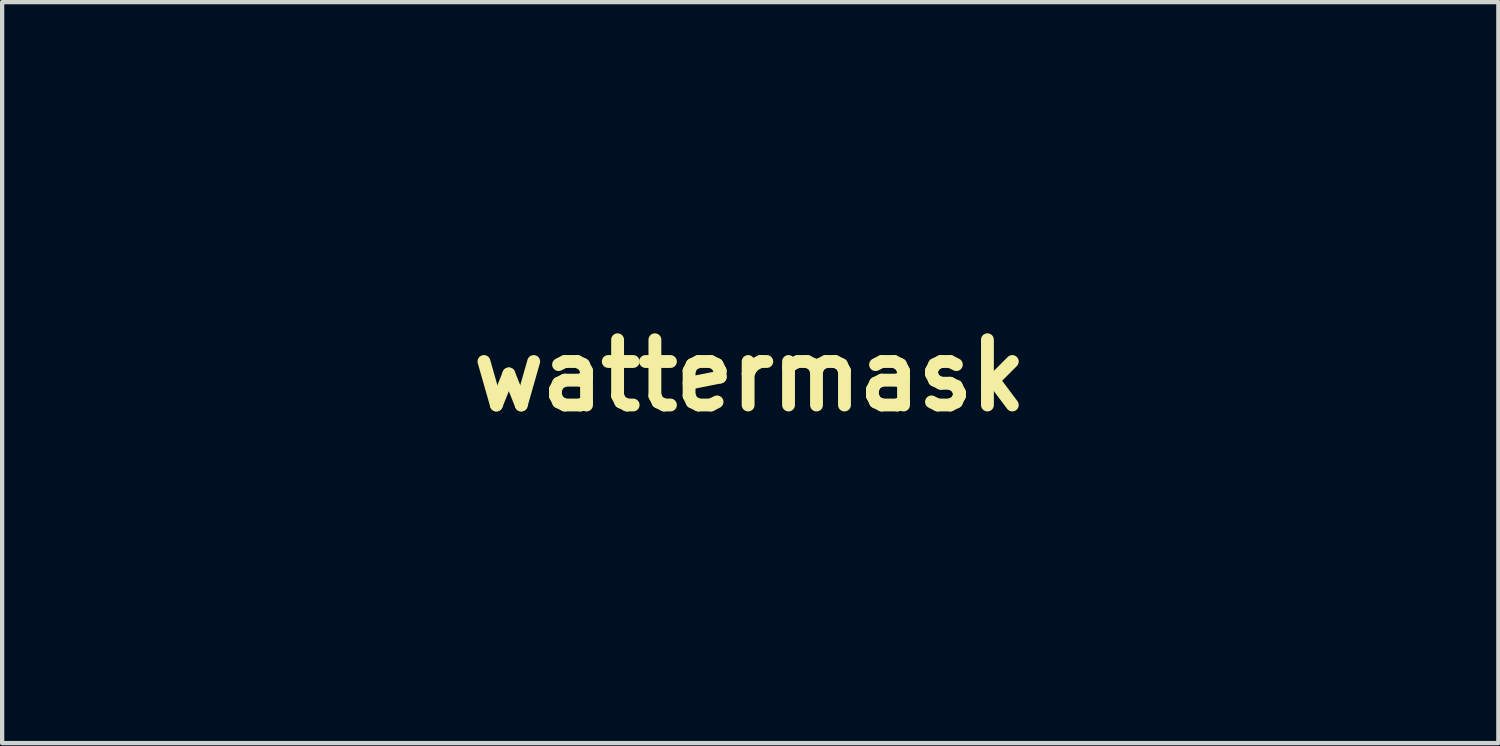
<source format=kicad_pcb>
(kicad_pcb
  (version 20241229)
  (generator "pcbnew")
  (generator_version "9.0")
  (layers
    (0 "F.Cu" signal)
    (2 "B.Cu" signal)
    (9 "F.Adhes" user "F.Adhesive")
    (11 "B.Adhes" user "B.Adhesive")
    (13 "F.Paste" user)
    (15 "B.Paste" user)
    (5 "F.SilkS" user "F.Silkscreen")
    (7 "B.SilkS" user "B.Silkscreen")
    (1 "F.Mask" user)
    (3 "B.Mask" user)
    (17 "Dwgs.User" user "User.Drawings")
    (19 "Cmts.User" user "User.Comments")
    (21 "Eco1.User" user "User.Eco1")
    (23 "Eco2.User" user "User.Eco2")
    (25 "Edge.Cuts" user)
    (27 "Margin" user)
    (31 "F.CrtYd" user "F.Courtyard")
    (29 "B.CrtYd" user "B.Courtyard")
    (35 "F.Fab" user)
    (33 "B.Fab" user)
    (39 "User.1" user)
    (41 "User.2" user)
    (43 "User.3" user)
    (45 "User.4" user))
  (footprint "wattermask"
    (layer "F.Cu")
    (at 14.456 5.718)
    (property "Reference" "wattermask" (at 0 0 0) (layer "F.SilkS") (effects (font (size 1.524 1.524) (thickness 0.3))))
    (attr through_hole)
    (fp_poly (pts (xy -13.864 1.206) (xy -13.25 1.206) (xy -13.25 1.312) (xy -13.97 1.312) (xy -13.97 0.212) (xy -13.864 0.212) (xy -13.864 1.206)) (stroke (width 0.01) (type solid)) (fill yes) (layer "F.Mask"))
    (fp_poly (pts (xy -0.085 -4.064) (xy 0.339 -4.064) (xy 0.339 -3.873) (xy -0.804 -3.873) (xy -0.804 -4.064) (xy -0.296 -4.064) (xy -0.296 -4.974) (xy -0.72 -4.974) (xy -0.72 -5.165) (xy -0.085 -5.165) (xy -0.085 -4.064)) (stroke (width 0.01) (type solid)) (fill yes) (layer "F.Mask"))
    (fp_poly (pts (xy 10.125 4.046) (xy 10.151 4.087) (xy 10.157 4.137) (xy 10.138 4.182) (xy 10.092 4.21) (xy 10.038 4.2) (xy 10 4.169) (xy 9.976 4.12) (xy 9.994 4.072) (xy 10.04 4.034) (xy 10.085 4.024) (xy 10.125 4.046)) (stroke (width 0.01) (type solid)) (fill yes) (layer "F.Mask"))
    (fp_poly (pts (xy -10.8 3.103) (xy -10.765 3.145) (xy -10.757 3.197) (xy -10.773 3.245) (xy -10.811 3.276) (xy -10.837 3.281) (xy -10.882 3.266) (xy -10.9 3.25) (xy -10.92 3.202) (xy -10.912 3.152) (xy -10.884 3.112) (xy -10.843 3.093) (xy -10.8 3.103)) (stroke (width 0.01) (type solid)) (fill yes) (layer "F.Mask"))
    (fp_poly (pts (xy -10.795 2.434) (xy -10.76 2.472) (xy -10.754 2.522) (xy -10.773 2.57) (xy -10.813 2.6) (xy -10.837 2.603) (xy -10.882 2.589) (xy -10.897 2.578) (xy -10.922 2.53) (xy -10.917 2.48) (xy -10.887 2.441) (xy -10.841 2.423) (xy -10.795 2.434)) (stroke (width 0.01) (type solid)) (fill yes) (layer "F.Mask"))
    (fp_poly (pts (xy -9.869 -0.77) (xy -9.833 -0.729) (xy -9.825 -0.677) (xy -9.842 -0.628) (xy -9.88 -0.597) (xy -9.906 -0.593) (xy -9.951 -0.608) (xy -9.969 -0.623) (xy -9.989 -0.672) (xy -9.981 -0.722) (xy -9.953 -0.762) (xy -9.912 -0.781) (xy -9.869 -0.77)) (stroke (width 0.01) (type solid)) (fill yes) (layer "F.Mask"))
    (fp_poly (pts (xy -9.864 -1.439) (xy -9.829 -1.401) (xy -9.823 -1.351) (xy -9.842 -1.304) (xy -9.882 -1.274) (xy -9.906 -1.27) (xy -9.95 -1.284) (xy -9.965 -1.295) (xy -9.991 -1.344) (xy -9.985 -1.393) (xy -9.956 -1.432) (xy -9.91 -1.45) (xy -9.864 -1.439)) (stroke (width 0.01) (type solid)) (fill yes) (layer "F.Mask"))
    (fp_poly (pts (xy -8.027 1.156) (xy -7.992 1.197) (xy -7.984 1.249) (xy -8 1.298) (xy -8.038 1.329) (xy -8.065 1.333) (xy -8.109 1.318) (xy -8.127 1.303) (xy -8.147 1.254) (xy -8.139 1.204) (xy -8.111 1.164) (xy -8.07 1.145) (xy -8.027 1.156)) (stroke (width 0.01) (type solid)) (fill yes) (layer "F.Mask"))
    (fp_poly (pts (xy -8.027 5.051) (xy -7.992 5.092) (xy -7.984 5.144) (xy -8 5.193) (xy -8.038 5.224) (xy -8.065 5.228) (xy -8.109 5.213) (xy -8.127 5.198) (xy -8.147 5.149) (xy -8.139 5.099) (xy -8.111 5.059) (xy -8.07 5.04) (xy -8.027 5.051)) (stroke (width 0.01) (type solid)) (fill yes) (layer "F.Mask"))
    (fp_poly (pts (xy -8.022 0.487) (xy -7.987 0.525) (xy -7.981 0.575) (xy -8 0.623) (xy -8.041 0.652) (xy -8.065 0.656) (xy -8.109 0.642) (xy -8.124 0.631) (xy -8.15 0.582) (xy -8.144 0.533) (xy -8.114 0.494) (xy -8.069 0.476) (xy -8.022 0.487)) (stroke (width 0.01) (type solid)) (fill yes) (layer "F.Mask"))
    (fp_poly (pts (xy -8.022 4.381) (xy -7.987 4.42) (xy -7.981 4.47) (xy -8 4.517) (xy -8.041 4.547) (xy -8.065 4.551) (xy -8.109 4.537) (xy -8.124 4.525) (xy -8.15 4.477) (xy -8.144 4.428) (xy -8.114 4.388) (xy -8.069 4.371) (xy -8.022 4.381)) (stroke (width 0.01) (type solid)) (fill yes) (layer "F.Mask"))
    (fp_poly (pts (xy -4 -5.397) (xy -4.911 -5.397) (xy -4.911 -4.826) (xy -4.233 -4.826) (xy -4.233 -4.636) (xy -4.911 -4.636) (xy -4.911 -4.064) (xy -4 -4.064) (xy -4 -3.873) (xy -5.144 -3.873) (xy -5.144 -5.588) (xy -4 -5.588) (xy -4 -5.397)) (stroke (width 0.01) (type solid)) (fill yes) (layer "F.Mask"))
    (fp_poly (pts (xy 4.397 0.69) (xy 4.433 0.732) (xy 4.441 0.784) (xy 4.425 0.832) (xy 4.386 0.863) (xy 4.36 0.868) (xy 4.316 0.853) (xy 4.298 0.837) (xy 4.278 0.789) (xy 4.285 0.739) (xy 4.314 0.699) (xy 4.355 0.68) (xy 4.397 0.69)) (stroke (width 0.01) (type solid)) (fill yes) (layer "F.Mask"))
    (fp_poly (pts (xy -0.139 -5.709) (xy -0.117 -5.702) (xy -0.084 -5.675) (xy -0.052 -5.628) (xy -0.05 -5.626) (xy -0.032 -5.553) (xy -0.047 -5.489) (xy -0.088 -5.437) (xy -0.146 -5.404) (xy -0.212 -5.395) (xy -0.278 -5.417) (xy -0.314 -5.446) (xy -0.353 -5.513) (xy -0.358 -5.58) (xy -0.332 -5.641) (xy -0.283 -5.688) (xy -0.217 -5.713) (xy -0.139 -5.709)) (stroke (width 0.01) (type solid)) (fill yes) (layer "F.Mask"))
    (fp_poly (pts (xy -13.233 -1.667) (xy -13.24 -1.643) (xy -13.258 -1.628) (xy -13.295 -1.62) (xy -13.363 -1.615) (xy -13.404 -1.613) (xy -13.568 -1.607) (xy -13.568 -0.614) (xy -13.695 -0.614) (xy -13.695 -1.607) (xy -13.859 -1.613) (xy -13.942 -1.617) (xy -13.991 -1.624) (xy -14.017 -1.635) (xy -14.027 -1.655) (xy -14.03 -1.667) (xy -14.036 -1.714) (xy -13.226 -1.714) (xy -13.233 -1.667)) (stroke (width 0.01) (type solid)) (fill yes) (layer "F.Mask"))
    (fp_poly (pts (xy 6.621 2.207) (xy 6.615 2.231) (xy 6.597 2.246) (xy 6.559 2.254) (xy 6.492 2.259) (xy 6.451 2.26) (xy 6.287 2.267) (xy 6.287 3.26) (xy 6.16 3.26) (xy 6.16 2.267) (xy 5.995 2.26) (xy 5.913 2.256) (xy 5.863 2.25) (xy 5.837 2.238) (xy 5.827 2.219) (xy 5.825 2.207) (xy 5.818 2.159) (xy 6.628 2.159) (xy 6.621 2.207)) (stroke (width 0.01) (type solid)) (fill yes) (layer "F.Mask"))
    (fp_poly (pts (xy 5.641 0.478) (xy 5.645 0.485) (xy 5.651 0.501) (xy 5.645 0.52) (xy 5.624 0.547) (xy 5.584 0.586) (xy 5.522 0.639) (xy 5.433 0.712) (xy 5.338 0.788) (xy 5.217 0.884) (xy 5.125 0.957) (xy 5.057 1.009) (xy 5.011 1.043) (xy 4.981 1.061) (xy 4.963 1.067) (xy 4.953 1.064) (xy 4.947 1.053) (xy 4.945 1.046) (xy 4.933 1.012) (xy 4.932 1.004) (xy 4.948 0.989) (xy 4.992 0.952) (xy 5.059 0.897) (xy 5.143 0.829) (xy 5.241 0.751) (xy 5.244 0.749) (xy 5.345 0.669) (xy 5.435 0.597) (xy 5.51 0.538) (xy 5.563 0.495) (xy 5.589 0.474) (xy 5.618 0.458) (xy 5.641 0.478)) (stroke (width 0.01) (type solid)) (fill yes) (layer "F.Mask"))
    (fp_poly (pts (xy 10.139 4.81) (xy 10.138 4.946) (xy 10.135 5.072) (xy 10.13 5.181) (xy 10.124 5.264) (xy 10.118 5.314) (xy 10.117 5.317) (xy 10.074 5.411) (xy 10.002 5.482) (xy 9.897 5.534) (xy 9.757 5.567) (xy 9.7 5.574) (xy 9.643 5.578) (xy 9.617 5.57) (xy 9.61 5.546) (xy 9.61 5.535) (xy 9.616 5.503) (xy 9.643 5.484) (xy 9.7 5.472) (xy 9.794 5.457) (xy 9.858 5.442) (xy 9.901 5.425) (xy 9.936 5.399) (xy 9.961 5.374) (xy 10.022 5.31) (xy 10.029 4.899) (xy 10.036 4.487) (xy 9.855 4.487) (xy 9.767 4.487) (xy 9.713 4.484) (xy 9.686 4.476) (xy 9.675 4.46) (xy 9.673 4.435) (xy 9.673 4.381) (xy 10.139 4.381) (xy 10.139 4.81)) (stroke (width 0.01) (type solid)) (fill yes) (layer "F.Mask"))
    (fp_poly (pts (xy -13.271 3.26) (xy -13.377 3.26) (xy -13.379 2.757) (xy -13.38 2.254) (xy -13.477 2.514) (xy -13.517 2.619) (xy -13.547 2.692) (xy -13.569 2.737) (xy -13.589 2.761) (xy -13.61 2.771) (xy -13.632 2.773) (xy -13.657 2.771) (xy -13.677 2.76) (xy -13.697 2.733) (xy -13.72 2.686) (xy -13.75 2.611) (xy -13.787 2.514) (xy -13.883 2.254) (xy -13.884 2.757) (xy -13.885 3.26) (xy -13.991 3.26) (xy -13.991 2.157) (xy -13.903 2.163) (xy -13.814 2.17) (xy -13.728 2.408) (xy -13.694 2.5) (xy -13.664 2.575) (xy -13.642 2.627) (xy -13.631 2.646) (xy -13.631 2.646) (xy -13.621 2.627) (xy -13.599 2.576) (xy -13.57 2.5) (xy -13.536 2.408) (xy -13.536 2.408) (xy -13.451 2.17) (xy -13.361 2.163) (xy -13.271 2.157) (xy -13.271 3.26)) (stroke (width 0.01) (type solid)) (fill yes) (layer "F.Mask"))
    (fp_poly (pts (xy 6.614 0.069) (xy 6.625 0.079) (xy 6.617 0.102) (xy 6.592 0.158) (xy 6.553 0.243) (xy 6.502 0.353) (xy 6.441 0.484) (xy 6.373 0.632) (xy 6.304 0.778) (xy 6.218 0.959) (xy 6.149 1.106) (xy 6.092 1.221) (xy 6.048 1.309) (xy 6.014 1.372) (xy 5.987 1.416) (xy 5.967 1.443) (xy 5.95 1.456) (xy 5.935 1.46) (xy 5.933 1.46) (xy 5.896 1.455) (xy 5.884 1.446) (xy 5.893 1.425) (xy 5.918 1.369) (xy 5.956 1.284) (xy 6.007 1.173) (xy 6.068 1.043) (xy 6.136 0.895) (xy 6.205 0.748) (xy 6.291 0.566) (xy 6.361 0.42) (xy 6.417 0.304) (xy 6.461 0.216) (xy 6.495 0.152) (xy 6.522 0.109) (xy 6.542 0.082) (xy 6.559 0.068) (xy 6.574 0.064) (xy 6.576 0.064) (xy 6.614 0.069)) (stroke (width 0.01) (type solid)) (fill yes) (layer "F.Mask"))
    (fp_poly (pts (xy 12.181 0.069) (xy 12.192 0.079) (xy 12.183 0.102) (xy 12.159 0.158) (xy 12.12 0.243) (xy 12.069 0.353) (xy 12.008 0.484) (xy 11.94 0.632) (xy 11.871 0.778) (xy 11.785 0.959) (xy 11.715 1.106) (xy 11.659 1.221) (xy 11.615 1.309) (xy 11.581 1.372) (xy 11.554 1.416) (xy 11.533 1.443) (xy 11.517 1.456) (xy 11.502 1.46) (xy 11.5 1.46) (xy 11.462 1.455) (xy 11.451 1.446) (xy 11.46 1.425) (xy 11.485 1.369) (xy 11.523 1.284) (xy 11.574 1.173) (xy 11.635 1.043) (xy 11.703 0.895) (xy 11.772 0.748) (xy 11.858 0.566) (xy 11.927 0.42) (xy 11.983 0.304) (xy 12.028 0.216) (xy 12.062 0.152) (xy 12.089 0.109) (xy 12.109 0.082) (xy 12.126 0.068) (xy 12.141 0.064) (xy 12.143 0.064) (xy 12.181 0.069)) (stroke (width 0.01) (type solid)) (fill yes) (layer "F.Mask"))
    (fp_poly (pts (xy -11.049 4.485) (xy -10.999 4.436) (xy -10.923 4.387) (xy -10.83 4.368) (xy -10.733 4.378) (xy -10.643 4.415) (xy -10.574 4.477) (xy -10.568 4.485) (xy -10.55 4.515) (xy -10.537 4.547) (xy -10.528 4.588) (xy -10.523 4.646) (xy -10.521 4.729) (xy -10.52 4.845) (xy -10.52 4.882) (xy -10.52 5.207) (xy -10.626 5.207) (xy -10.626 4.889) (xy -10.626 4.766) (xy -10.628 4.677) (xy -10.632 4.616) (xy -10.64 4.576) (xy -10.651 4.55) (xy -10.667 4.53) (xy -10.667 4.53) (xy -10.744 4.482) (xy -10.837 4.472) (xy -10.903 4.485) (xy -10.955 4.506) (xy -10.994 4.535) (xy -11.02 4.58) (xy -11.037 4.647) (xy -11.046 4.741) (xy -11.049 4.869) (xy -11.049 4.92) (xy -11.049 5.207) (xy -11.155 5.207) (xy -11.155 4.043) (xy -11.049 4.043) (xy -11.049 4.485)) (stroke (width 0.01) (type solid)) (fill yes) (layer "F.Mask"))
    (fp_poly (pts (xy 5.235 0.217) (xy 5.264 0.232) (xy 5.326 0.292) (xy 5.36 0.373) (xy 5.367 0.462) (xy 5.347 0.55) (xy 5.302 0.625) (xy 5.246 0.669) (xy 5.162 0.694) (xy 5.07 0.693) (xy 5 0.67) (xy 4.934 0.611) (xy 4.893 0.528) (xy 4.881 0.445) (xy 4.974 0.445) (xy 4.991 0.509) (xy 5.032 0.567) (xy 5.086 0.606) (xy 5.122 0.614) (xy 5.167 0.599) (xy 5.216 0.565) (xy 5.219 0.562) (xy 5.262 0.494) (xy 5.271 0.445) (xy 5.254 0.38) (xy 5.213 0.322) (xy 5.159 0.283) (xy 5.122 0.275) (xy 5.066 0.294) (xy 5.015 0.341) (xy 4.981 0.403) (xy 4.974 0.445) (xy 4.881 0.445) (xy 4.879 0.433) (xy 4.896 0.338) (xy 4.91 0.308) (xy 4.968 0.241) (xy 5.049 0.202) (xy 5.141 0.193) (xy 5.235 0.217)) (stroke (width 0.01) (type solid)) (fill yes) (layer "F.Mask"))
    (fp_poly (pts (xy 5.545 0.831) (xy 5.595 0.855) (xy 5.643 0.897) (xy 5.687 0.947) (xy 5.708 0.994) (xy 5.715 1.056) (xy 5.715 1.079) (xy 5.711 1.151) (xy 5.695 1.2) (xy 5.658 1.246) (xy 5.643 1.262) (xy 5.589 1.308) (xy 5.537 1.329) (xy 5.478 1.333) (xy 5.409 1.326) (xy 5.35 1.307) (xy 5.339 1.3) (xy 5.278 1.236) (xy 5.239 1.149) (xy 5.228 1.079) (xy 5.334 1.079) (xy 5.349 1.162) (xy 5.391 1.22) (xy 5.454 1.248) (xy 5.472 1.249) (xy 5.526 1.234) (xy 5.567 1.206) (xy 5.603 1.146) (xy 5.612 1.075) (xy 5.595 1.005) (xy 5.557 0.948) (xy 5.502 0.914) (xy 5.472 0.91) (xy 5.405 0.929) (xy 5.357 0.981) (xy 5.335 1.058) (xy 5.334 1.079) (xy 5.228 1.079) (xy 5.246 0.977) (xy 5.298 0.897) (xy 5.376 0.845) (xy 5.477 0.826) (xy 5.478 0.826) (xy 5.545 0.831)) (stroke (width 0.01) (type solid)) (fill yes) (layer "F.Mask"))
    (fp_poly (pts (xy -1.714 -4.958) (xy -1.714 -4.743) (xy -1.712 -4.567) (xy -1.71 -4.428) (xy -1.706 -4.321) (xy -1.701 -4.244) (xy -1.695 -4.194) (xy -1.688 -4.17) (xy -1.652 -4.127) (xy -1.596 -4.086) (xy -1.579 -4.077) (xy -1.53 -4.056) (xy -1.484 -4.047) (xy -1.427 -4.049) (xy -1.347 -4.059) (xy -1.273 -4.07) (xy -1.218 -4.077) (xy -1.193 -4.078) (xy -1.192 -4.078) (xy -1.186 -4.056) (xy -1.177 -4.007) (xy -1.173 -3.985) (xy -1.166 -3.93) (xy -1.175 -3.901) (xy -1.209 -3.884) (xy -1.241 -3.875) (xy -1.333 -3.859) (xy -1.44 -3.852) (xy -1.551 -3.854) (xy -1.65 -3.866) (xy -1.725 -3.886) (xy -1.736 -3.892) (xy -1.826 -3.963) (xy -1.892 -4.068) (xy -1.925 -4.172) (xy -1.931 -4.224) (xy -1.937 -4.313) (xy -1.941 -4.433) (xy -1.945 -4.579) (xy -1.947 -4.745) (xy -1.947 -4.891) (xy -1.947 -5.503) (xy -2.328 -5.503) (xy -2.328 -5.694) (xy -1.714 -5.694) (xy -1.714 -4.958)) (stroke (width 0.01) (type solid)) (fill yes) (layer "F.Mask"))
    (fp_poly (pts (xy 11.815 2.145) (xy 11.928 2.174) (xy 12.013 2.233) (xy 12.071 2.324) (xy 12.077 2.339) (xy 12.102 2.462) (xy 12.089 2.591) (xy 12.04 2.723) (xy 11.958 2.851) (xy 11.846 2.972) (xy 11.706 3.081) (xy 11.692 3.09) (xy 11.591 3.154) (xy 12.15 3.154) (xy 12.15 3.26) (xy 11.451 3.26) (xy 11.451 3.199) (xy 11.457 3.161) (xy 11.481 3.127) (xy 11.531 3.087) (xy 11.57 3.06) (xy 11.733 2.938) (xy 11.854 2.816) (xy 11.936 2.691) (xy 11.98 2.562) (xy 11.988 2.48) (xy 11.986 2.41) (xy 11.974 2.364) (xy 11.943 2.326) (xy 11.918 2.302) (xy 11.872 2.265) (xy 11.83 2.248) (xy 11.774 2.246) (xy 11.733 2.248) (xy 11.625 2.27) (xy 11.555 2.305) (xy 11.498 2.336) (xy 11.454 2.338) (xy 11.431 2.312) (xy 11.43 2.299) (xy 11.45 2.256) (xy 11.502 2.215) (xy 11.576 2.18) (xy 11.664 2.154) (xy 11.755 2.143) (xy 11.815 2.145)) (stroke (width 0.01) (type solid)) (fill yes) (layer "F.Mask"))
    (fp_poly (pts (xy 7.152 4.108) (xy 7.23 4.113) (xy 7.288 4.123) (xy 7.337 4.14) (xy 7.366 4.154) (xy 7.457 4.218) (xy 7.515 4.303) (xy 7.541 4.414) (xy 7.544 4.463) (xy 7.529 4.594) (xy 7.482 4.699) (xy 7.401 4.778) (xy 7.366 4.799) (xy 7.308 4.825) (xy 7.246 4.84) (xy 7.165 4.846) (xy 7.098 4.847) (xy 6.921 4.847) (xy 6.921 5.027) (xy 6.921 5.114) (xy 6.918 5.167) (xy 6.91 5.195) (xy 6.894 5.205) (xy 6.869 5.207) (xy 6.816 5.207) (xy 6.816 4.741) (xy 6.921 4.741) (xy 7.054 4.741) (xy 7.14 4.738) (xy 7.221 4.728) (xy 7.264 4.719) (xy 7.35 4.679) (xy 7.404 4.612) (xy 7.428 4.516) (xy 7.429 4.477) (xy 7.418 4.378) (xy 7.38 4.304) (xy 7.314 4.254) (xy 7.215 4.224) (xy 7.081 4.213) (xy 7.054 4.212) (xy 6.921 4.212) (xy 6.921 4.741) (xy 6.816 4.741) (xy 6.816 4.106) (xy 7.044 4.106) (xy 7.152 4.108)) (stroke (width 0.01) (type solid)) (fill yes) (layer "F.Mask"))
    (fp_poly (pts (xy 11.788 -1.713) (xy 11.865 -1.708) (xy 11.923 -1.698) (xy 11.973 -1.681) (xy 12.002 -1.667) (xy 12.093 -1.603) (xy 12.15 -1.518) (xy 12.177 -1.407) (xy 12.179 -1.357) (xy 12.165 -1.226) (xy 12.117 -1.122) (xy 12.037 -1.043) (xy 12.002 -1.022) (xy 11.943 -0.996) (xy 11.881 -0.981) (xy 11.801 -0.975) (xy 11.734 -0.974) (xy 11.557 -0.974) (xy 11.557 -0.794) (xy 11.557 -0.707) (xy 11.553 -0.653) (xy 11.545 -0.626) (xy 11.53 -0.615) (xy 11.504 -0.614) (xy 11.451 -0.614) (xy 11.451 -1.079) (xy 11.557 -1.079) (xy 11.689 -1.08) (xy 11.775 -1.083) (xy 11.857 -1.093) (xy 11.9 -1.102) (xy 11.986 -1.142) (xy 12.039 -1.209) (xy 12.063 -1.305) (xy 12.065 -1.344) (xy 12.053 -1.443) (xy 12.016 -1.517) (xy 11.949 -1.567) (xy 11.85 -1.597) (xy 11.716 -1.608) (xy 11.689 -1.609) (xy 11.557 -1.609) (xy 11.557 -1.079) (xy 11.451 -1.079) (xy 11.451 -1.714) (xy 11.68 -1.714) (xy 11.788 -1.713)) (stroke (width 0.01) (type solid)) (fill yes) (layer "F.Mask"))
    (fp_poly (pts (xy 11.955 4.387) (xy 12.051 4.421) (xy 12.123 4.473) (xy 12.137 4.491) (xy 12.157 4.527) (xy 12.148 4.551) (xy 12.126 4.567) (xy 12.091 4.586) (xy 12.061 4.576) (xy 12.037 4.556) (xy 11.946 4.491) (xy 11.854 4.467) (xy 11.754 4.482) (xy 11.716 4.497) (xy 11.634 4.552) (xy 11.582 4.638) (xy 11.558 4.754) (xy 11.557 4.794) (xy 11.57 4.917) (xy 11.609 5.009) (xy 11.677 5.072) (xy 11.775 5.108) (xy 11.906 5.119) (xy 11.964 5.116) (xy 12.047 5.111) (xy 12.096 5.111) (xy 12.12 5.119) (xy 12.128 5.135) (xy 12.129 5.153) (xy 12.118 5.191) (xy 12.078 5.211) (xy 12.062 5.215) (xy 11.965 5.226) (xy 11.856 5.224) (xy 11.754 5.212) (xy 11.704 5.2) (xy 11.607 5.156) (xy 11.537 5.094) (xy 11.498 5.037) (xy 11.452 4.919) (xy 11.438 4.794) (xy 11.455 4.67) (xy 11.501 4.557) (xy 11.573 4.464) (xy 11.649 4.409) (xy 11.742 4.379) (xy 11.848 4.372) (xy 11.955 4.387)) (stroke (width 0.01) (type solid)) (fill yes) (layer "F.Mask"))
    (fp_poly (pts (xy -12.933 4.677) (xy -12.931 4.798) (xy -12.926 4.901) (xy -12.919 4.979) (xy -12.91 5.023) (xy -12.909 5.024) (xy -12.862 5.082) (xy -12.794 5.113) (xy -12.716 5.119) (xy -12.639 5.1) (xy -12.574 5.057) (xy -12.539 5.004) (xy -12.524 4.943) (xy -12.514 4.846) (xy -12.51 4.71) (xy -12.509 4.657) (xy -12.509 4.381) (xy -12.404 4.381) (xy -12.404 5.122) (xy -12.35 5.122) (xy -12.305 5.134) (xy -12.284 5.155) (xy -12.277 5.18) (xy -12.285 5.194) (xy -12.317 5.204) (xy -12.382 5.213) (xy -12.388 5.214) (xy -12.448 5.221) (xy -12.478 5.216) (xy -12.487 5.197) (xy -12.488 5.176) (xy -12.497 5.129) (xy -12.518 5.11) (xy -12.543 5.125) (xy -12.545 5.128) (xy -12.601 5.182) (xy -12.681 5.216) (xy -12.773 5.228) (xy -12.864 5.215) (xy -12.917 5.191) (xy -12.96 5.159) (xy -12.992 5.118) (xy -13.014 5.064) (xy -13.028 4.988) (xy -13.036 4.885) (xy -13.039 4.748) (xy -13.039 4.701) (xy -13.039 4.381) (xy -12.933 4.381) (xy -12.933 4.677)) (stroke (width 0.01) (type solid)) (fill yes) (layer "F.Mask"))
    (fp_poly (pts (xy -10.139 0.782) (xy -10.137 0.903) (xy -10.132 1.006) (xy -10.125 1.084) (xy -10.116 1.128) (xy -10.115 1.129) (xy -10.068 1.187) (xy -10 1.219) (xy -9.922 1.225) (xy -9.845 1.205) (xy -9.78 1.162) (xy -9.745 1.109) (xy -9.73 1.048) (xy -9.72 0.951) (xy -9.716 0.815) (xy -9.716 0.763) (xy -9.716 0.487) (xy -9.61 0.487) (xy -9.61 1.228) (xy -9.556 1.228) (xy -9.511 1.239) (xy -9.49 1.26) (xy -9.483 1.285) (xy -9.491 1.3) (xy -9.523 1.309) (xy -9.588 1.319) (xy -9.594 1.32) (xy -9.654 1.326) (xy -9.684 1.322) (xy -9.693 1.303) (xy -9.694 1.281) (xy -9.703 1.234) (xy -9.724 1.215) (xy -9.749 1.23) (xy -9.751 1.234) (xy -9.807 1.288) (xy -9.887 1.321) (xy -9.979 1.333) (xy -10.07 1.32) (xy -10.123 1.296) (xy -10.166 1.264) (xy -10.198 1.224) (xy -10.22 1.169) (xy -10.234 1.093) (xy -10.242 0.99) (xy -10.245 0.853) (xy -10.245 0.806) (xy -10.245 0.487) (xy -10.139 0.487) (xy -10.139 0.782)) (stroke (width 0.01) (type solid)) (fill yes) (layer "F.Mask"))
    (fp_poly (pts (xy -11.997 2.612) (xy -11.995 2.775) (xy -11.99 2.9) (xy -11.983 2.994) (xy -11.972 3.061) (xy -11.955 3.106) (xy -11.93 3.135) (xy -11.897 3.152) (xy -11.854 3.164) (xy -11.84 3.166) (xy -11.73 3.172) (xy -11.643 3.146) (xy -11.581 3.09) (xy -11.577 3.084) (xy -11.563 3.057) (xy -11.553 3.026) (xy -11.545 2.984) (xy -11.54 2.924) (xy -11.538 2.841) (xy -11.536 2.727) (xy -11.536 2.588) (xy -11.536 2.159) (xy -11.43 2.159) (xy -11.43 2.598) (xy -11.431 2.764) (xy -11.434 2.894) (xy -11.441 2.993) (xy -11.453 3.067) (xy -11.471 3.123) (xy -11.496 3.165) (xy -11.529 3.199) (xy -11.559 3.223) (xy -11.632 3.256) (xy -11.728 3.273) (xy -11.828 3.273) (xy -11.916 3.255) (xy -11.938 3.245) (xy -12 3.2) (xy -12.054 3.142) (xy -12.059 3.135) (xy -12.075 3.109) (xy -12.087 3.082) (xy -12.096 3.048) (xy -12.101 3.001) (xy -12.105 2.933) (xy -12.107 2.84) (xy -12.107 2.715) (xy -12.107 2.611) (xy -12.107 2.159) (xy -12.004 2.159) (xy -11.997 2.612)) (stroke (width 0.01) (type solid)) (fill yes) (layer "F.Mask"))
    (fp_poly (pts (xy -10.738 -1.445) (xy -10.638 -1.4) (xy -10.562 -1.324) (xy -10.514 -1.219) (xy -10.499 -1.096) (xy -10.499 -0.995) (xy -11.096 -0.995) (xy -11.082 -0.937) (xy -11.044 -0.84) (xy -10.981 -0.772) (xy -10.889 -0.73) (xy -10.764 -0.712) (xy -10.705 -0.711) (xy -10.623 -0.712) (xy -10.574 -0.709) (xy -10.55 -0.699) (xy -10.542 -0.682) (xy -10.541 -0.666) (xy -10.547 -0.632) (xy -10.572 -0.61) (xy -10.621 -0.598) (xy -10.702 -0.593) (xy -10.749 -0.593) (xy -10.864 -0.6) (xy -10.955 -0.626) (xy -10.98 -0.637) (xy -11.081 -0.709) (xy -11.151 -0.809) (xy -11.188 -0.932) (xy -11.192 -1.078) (xy -11.192 -1.079) (xy -11.096 -1.079) (xy -10.599 -1.079) (xy -10.612 -1.158) (xy -10.646 -1.248) (xy -10.711 -1.313) (xy -10.8 -1.346) (xy -10.808 -1.346) (xy -10.906 -1.339) (xy -10.989 -1.294) (xy -11.051 -1.218) (xy -11.082 -1.138) (xy -11.096 -1.079) (xy -11.192 -1.079) (xy -11.191 -1.08) (xy -11.165 -1.221) (xy -11.115 -1.328) (xy -11.039 -1.402) (xy -10.936 -1.445) (xy -10.86 -1.455) (xy -10.738 -1.445)) (stroke (width 0.01) (type solid)) (fill yes) (layer "F.Mask"))
    (fp_poly (pts (xy 4.459 -1.445) (xy 4.56 -1.4) (xy 4.636 -1.324) (xy 4.683 -1.219) (xy 4.699 -1.096) (xy 4.699 -0.995) (xy 4.102 -0.995) (xy 4.116 -0.937) (xy 4.154 -0.84) (xy 4.217 -0.772) (xy 4.309 -0.73) (xy 4.433 -0.712) (xy 4.493 -0.711) (xy 4.575 -0.712) (xy 4.624 -0.709) (xy 4.648 -0.699) (xy 4.656 -0.682) (xy 4.657 -0.666) (xy 4.65 -0.632) (xy 4.626 -0.61) (xy 4.577 -0.598) (xy 4.496 -0.593) (xy 4.449 -0.593) (xy 4.334 -0.6) (xy 4.242 -0.626) (xy 4.217 -0.637) (xy 4.117 -0.709) (xy 4.047 -0.809) (xy 4.01 -0.932) (xy 4.006 -1.078) (xy 4.006 -1.079) (xy 4.102 -1.079) (xy 4.599 -1.079) (xy 4.586 -1.158) (xy 4.552 -1.248) (xy 4.487 -1.313) (xy 4.397 -1.346) (xy 4.39 -1.346) (xy 4.292 -1.339) (xy 4.209 -1.294) (xy 4.146 -1.218) (xy 4.116 -1.138) (xy 4.102 -1.079) (xy 4.006 -1.079) (xy 4.006 -1.08) (xy 4.032 -1.221) (xy 4.083 -1.328) (xy 4.159 -1.402) (xy 4.261 -1.445) (xy 4.338 -1.455) (xy 4.459 -1.445)) (stroke (width 0.01) (type solid)) (fill yes) (layer "F.Mask"))
    (fp_poly (pts (xy 5.396 4.378) (xy 5.485 4.414) (xy 5.555 4.476) (xy 5.561 4.485) (xy 5.579 4.515) (xy 5.592 4.547) (xy 5.601 4.588) (xy 5.606 4.646) (xy 5.608 4.729) (xy 5.609 4.845) (xy 5.609 4.882) (xy 5.609 5.207) (xy 5.503 5.207) (xy 5.503 4.889) (xy 5.503 4.766) (xy 5.501 4.677) (xy 5.497 4.616) (xy 5.489 4.576) (xy 5.478 4.55) (xy 5.462 4.53) (xy 5.462 4.53) (xy 5.385 4.482) (xy 5.292 4.472) (xy 5.226 4.485) (xy 5.174 4.506) (xy 5.135 4.535) (xy 5.109 4.58) (xy 5.092 4.647) (xy 5.083 4.741) (xy 5.08 4.869) (xy 5.08 4.92) (xy 5.08 5.207) (xy 4.974 5.207) (xy 4.974 4.794) (xy 4.974 4.653) (xy 4.975 4.548) (xy 4.977 4.474) (xy 4.981 4.426) (xy 4.988 4.398) (xy 4.997 4.385) (xy 5.01 4.382) (xy 5.016 4.381) (xy 5.052 4.397) (xy 5.059 4.42) (xy 5.066 4.463) (xy 5.089 4.468) (xy 5.13 4.435) (xy 5.131 4.435) (xy 5.207 4.386) (xy 5.299 4.368) (xy 5.396 4.378)) (stroke (width 0.01) (type solid)) (fill yes) (layer "F.Mask"))
    (fp_poly (pts (xy 5.492 2.556) (xy 5.534 2.691) (xy 5.575 2.824) (xy 5.613 2.944) (xy 5.644 3.043) (xy 5.664 3.106) (xy 5.712 3.26) (xy 5.654 3.26) (xy 5.622 3.256) (xy 5.6 3.24) (xy 5.582 3.202) (xy 5.56 3.134) (xy 5.555 3.117) (xy 5.514 2.974) (xy 5.068 2.962) (xy 5.027 3.111) (xy 5.005 3.188) (xy 4.987 3.233) (xy 4.967 3.253) (xy 4.939 3.259) (xy 4.929 3.26) (xy 4.872 3.26) (xy 4.919 3.106) (xy 4.941 3.036) (xy 4.972 2.935) (xy 4.997 2.857) (xy 5.105 2.857) (xy 5.478 2.857) (xy 5.451 2.768) (xy 5.432 2.706) (xy 5.406 2.619) (xy 5.377 2.522) (xy 5.366 2.487) (xy 5.333 2.382) (xy 5.309 2.315) (xy 5.291 2.283) (xy 5.277 2.282) (xy 5.266 2.31) (xy 5.263 2.322) (xy 5.252 2.365) (xy 5.231 2.439) (xy 5.204 2.531) (xy 5.178 2.619) (xy 5.105 2.857) (xy 4.997 2.857) (xy 5.01 2.814) (xy 5.052 2.68) (xy 5.091 2.556) (xy 5.214 2.159) (xy 5.368 2.159) (xy 5.492 2.556)) (stroke (width 0.01) (type solid)) (fill yes) (layer "F.Mask"))
    (fp_poly (pts (xy 7.355 0.609) (xy 7.397 0.744) (xy 7.438 0.876) (xy 7.476 0.997) (xy 7.507 1.095) (xy 7.526 1.159) (xy 7.574 1.312) (xy 7.516 1.312) (xy 7.485 1.309) (xy 7.463 1.293) (xy 7.444 1.255) (xy 7.422 1.187) (xy 7.417 1.169) (xy 7.376 1.027) (xy 6.931 1.015) (xy 6.89 1.163) (xy 6.868 1.241) (xy 6.849 1.285) (xy 6.829 1.306) (xy 6.802 1.312) (xy 6.792 1.312) (xy 6.734 1.312) (xy 6.782 1.159) (xy 6.804 1.089) (xy 6.835 0.988) (xy 6.859 0.91) (xy 6.968 0.91) (xy 7.341 0.91) (xy 7.313 0.82) (xy 7.295 0.758) (xy 7.269 0.672) (xy 7.239 0.575) (xy 7.229 0.54) (xy 7.196 0.435) (xy 7.171 0.368) (xy 7.153 0.336) (xy 7.14 0.335) (xy 7.129 0.363) (xy 7.126 0.374) (xy 7.115 0.418) (xy 7.094 0.492) (xy 7.067 0.584) (xy 7.041 0.672) (xy 6.968 0.91) (xy 6.859 0.91) (xy 6.873 0.866) (xy 6.914 0.733) (xy 6.953 0.609) (xy 7.077 0.212) (xy 7.231 0.212) (xy 7.355 0.609)) (stroke (width 0.01) (type solid)) (fill yes) (layer "F.Mask"))
    (fp_poly (pts (xy 8.185 2.428) (xy 8.285 2.473) (xy 8.361 2.55) (xy 8.409 2.654) (xy 8.424 2.777) (xy 8.424 2.879) (xy 7.827 2.879) (xy 7.841 2.937) (xy 7.879 3.033) (xy 7.942 3.101) (xy 8.034 3.143) (xy 8.159 3.161) (xy 8.218 3.162) (xy 8.3 3.162) (xy 8.349 3.165) (xy 8.373 3.174) (xy 8.381 3.192) (xy 8.382 3.207) (xy 8.376 3.242) (xy 8.351 3.264) (xy 8.302 3.276) (xy 8.221 3.28) (xy 8.174 3.281) (xy 8.059 3.273) (xy 7.968 3.248) (xy 7.943 3.236) (xy 7.842 3.164) (xy 7.772 3.065) (xy 7.735 2.941) (xy 7.731 2.796) (xy 7.731 2.794) (xy 7.827 2.794) (xy 8.324 2.794) (xy 8.311 2.716) (xy 8.277 2.625) (xy 8.212 2.561) (xy 8.123 2.528) (xy 8.115 2.527) (xy 8.017 2.535) (xy 7.934 2.579) (xy 7.872 2.655) (xy 7.841 2.736) (xy 7.827 2.794) (xy 7.731 2.794) (xy 7.732 2.794) (xy 7.758 2.652) (xy 7.808 2.546) (xy 7.884 2.471) (xy 7.987 2.429) (xy 8.063 2.418) (xy 8.185 2.428)) (stroke (width 0.01) (type solid)) (fill yes) (layer "F.Mask"))
    (fp_poly (pts (xy 10.958 4.376) (xy 11.058 4.421) (xy 11.134 4.497) (xy 11.181 4.602) (xy 11.197 4.725) (xy 11.197 4.826) (xy 10.6 4.826) (xy 10.614 4.884) (xy 10.652 4.98) (xy 10.715 5.049) (xy 10.807 5.091) (xy 10.931 5.109) (xy 10.991 5.109) (xy 11.073 5.109) (xy 11.122 5.112) (xy 11.146 5.121) (xy 11.154 5.139) (xy 11.155 5.155) (xy 11.148 5.189) (xy 11.124 5.211) (xy 11.075 5.223) (xy 10.994 5.228) (xy 10.947 5.228) (xy 10.832 5.22) (xy 10.741 5.195) (xy 10.715 5.184) (xy 10.615 5.112) (xy 10.545 5.012) (xy 10.508 4.888) (xy 10.504 4.743) (xy 10.504 4.741) (xy 10.6 4.741) (xy 11.097 4.741) (xy 11.084 4.663) (xy 11.05 4.573) (xy 10.985 4.508) (xy 10.896 4.475) (xy 10.888 4.474) (xy 10.79 4.482) (xy 10.707 4.526) (xy 10.644 4.603) (xy 10.614 4.683) (xy 10.6 4.741) (xy 10.504 4.741) (xy 10.504 4.741) (xy 10.531 4.6) (xy 10.581 4.493) (xy 10.657 4.419) (xy 10.759 4.376) (xy 10.836 4.365) (xy 10.958 4.376)) (stroke (width 0.01) (type solid)) (fill yes) (layer "F.Mask"))
    (fp_poly (pts (xy 12.492 2.612) (xy 12.495 2.775) (xy 12.499 2.9) (xy 12.506 2.994) (xy 12.518 3.061) (xy 12.535 3.106) (xy 12.559 3.135) (xy 12.592 3.152) (xy 12.636 3.164) (xy 12.65 3.166) (xy 12.759 3.172) (xy 12.847 3.146) (xy 12.909 3.09) (xy 12.913 3.084) (xy 12.927 3.057) (xy 12.937 3.026) (xy 12.945 2.984) (xy 12.949 2.924) (xy 12.952 2.841) (xy 12.954 2.727) (xy 12.954 2.588) (xy 12.954 2.159) (xy 13.06 2.159) (xy 13.06 2.598) (xy 13.059 2.764) (xy 13.056 2.894) (xy 13.049 2.993) (xy 13.037 3.067) (xy 13.019 3.123) (xy 12.994 3.165) (xy 12.961 3.199) (xy 12.931 3.223) (xy 12.858 3.256) (xy 12.762 3.273) (xy 12.662 3.273) (xy 12.574 3.255) (xy 12.552 3.245) (xy 12.49 3.2) (xy 12.436 3.142) (xy 12.431 3.135) (xy 12.415 3.109) (xy 12.403 3.082) (xy 12.394 3.048) (xy 12.388 3.001) (xy 12.385 2.933) (xy 12.383 2.84) (xy 12.383 2.715) (xy 12.383 2.611) (xy 12.383 2.159) (xy 12.486 2.159) (xy 12.492 2.612)) (stroke (width 0.01) (type solid)) (fill yes) (layer "F.Mask"))
    (fp_poly (pts (xy 13.424 0.665) (xy 13.427 0.827) (xy 13.431 0.953) (xy 13.438 1.047) (xy 13.449 1.114) (xy 13.466 1.159) (xy 13.491 1.188) (xy 13.524 1.205) (xy 13.567 1.216) (xy 13.581 1.219) (xy 13.691 1.225) (xy 13.779 1.199) (xy 13.84 1.142) (xy 13.844 1.137) (xy 13.858 1.11) (xy 13.869 1.079) (xy 13.876 1.036) (xy 13.881 0.977) (xy 13.884 0.893) (xy 13.885 0.78) (xy 13.885 0.64) (xy 13.885 0.212) (xy 13.991 0.212) (xy 13.991 0.651) (xy 13.99 0.817) (xy 13.987 0.947) (xy 13.98 1.046) (xy 13.968 1.12) (xy 13.951 1.175) (xy 13.926 1.217) (xy 13.892 1.252) (xy 13.862 1.276) (xy 13.789 1.309) (xy 13.693 1.326) (xy 13.593 1.326) (xy 13.506 1.307) (xy 13.484 1.298) (xy 13.421 1.253) (xy 13.367 1.195) (xy 13.362 1.187) (xy 13.346 1.162) (xy 13.334 1.135) (xy 13.325 1.101) (xy 13.32 1.053) (xy 13.316 0.986) (xy 13.315 0.893) (xy 13.314 0.768) (xy 13.314 0.664) (xy 13.314 0.212) (xy 13.417 0.212) (xy 13.424 0.665)) (stroke (width 0.01) (type solid)) (fill yes) (layer "F.Mask"))
    (fp_poly (pts (xy -13.431 4.503) (xy -13.389 4.638) (xy -13.348 4.771) (xy -13.31 4.891) (xy -13.279 4.99) (xy -13.259 5.054) (xy -13.211 5.207) (xy -13.269 5.207) (xy -13.301 5.204) (xy -13.323 5.187) (xy -13.341 5.15) (xy -13.363 5.081) (xy -13.368 5.064) (xy -13.409 4.921) (xy -13.632 4.915) (xy -13.855 4.909) (xy -13.896 5.058) (xy -13.918 5.135) (xy -13.936 5.18) (xy -13.956 5.201) (xy -13.984 5.207) (xy -13.994 5.207) (xy -14.051 5.207) (xy -14.004 5.054) (xy -13.982 4.984) (xy -13.951 4.883) (xy -13.926 4.805) (xy -13.818 4.805) (xy -13.445 4.805) (xy -13.472 4.715) (xy -13.491 4.653) (xy -13.517 4.566) (xy -13.546 4.47) (xy -13.557 4.434) (xy -13.59 4.33) (xy -13.614 4.263) (xy -13.632 4.23) (xy -13.646 4.23) (xy -13.657 4.258) (xy -13.66 4.269) (xy -13.671 4.313) (xy -13.692 4.386) (xy -13.719 4.479) (xy -13.745 4.567) (xy -13.818 4.805) (xy -13.926 4.805) (xy -13.913 4.761) (xy -13.871 4.628) (xy -13.832 4.503) (xy -13.709 4.106) (xy -13.555 4.106) (xy -13.431 4.503)) (stroke (width 0.01) (type solid)) (fill yes) (layer "F.Mask"))
    (fp_poly (pts (xy 7.302 -1.421) (xy 7.393 -1.356) (xy 7.461 -1.256) (xy 7.462 -1.256) (xy 7.482 -1.186) (xy 7.493 -1.092) (xy 7.496 -0.988) (xy 7.489 -0.89) (xy 7.473 -0.816) (xy 7.472 -0.815) (xy 7.414 -0.717) (xy 7.329 -0.645) (xy 7.227 -0.603) (xy 7.116 -0.595) (xy 7.027 -0.616) (xy 6.945 -0.668) (xy 6.874 -0.746) (xy 6.833 -0.824) (xy 6.82 -0.886) (xy 6.811 -0.97) (xy 6.809 -1.027) (xy 6.921 -1.027) (xy 6.934 -0.897) (xy 6.972 -0.798) (xy 7.034 -0.732) (xy 7.118 -0.701) (xy 7.154 -0.699) (xy 7.221 -0.708) (xy 7.278 -0.732) (xy 7.279 -0.733) (xy 7.337 -0.798) (xy 7.373 -0.896) (xy 7.387 -1.019) (xy 7.387 -1.027) (xy 7.375 -1.154) (xy 7.337 -1.251) (xy 7.276 -1.314) (xy 7.263 -1.322) (xy 7.179 -1.351) (xy 7.101 -1.345) (xy 7.046 -1.322) (xy 6.981 -1.264) (xy 6.939 -1.174) (xy 6.922 -1.051) (xy 6.921 -1.027) (xy 6.809 -1.027) (xy 6.809 -1.038) (xy 6.824 -1.181) (xy 6.868 -1.296) (xy 6.939 -1.381) (xy 7.037 -1.433) (xy 7.068 -1.441) (xy 7.192 -1.45) (xy 7.302 -1.421)) (stroke (width 0.01) (type solid)) (fill yes) (layer "F.Mask"))
    (fp_poly (pts (xy 12.855 0.212) (xy 12.963 0.215) (xy 13.048 0.218) (xy 13.103 0.223) (xy 13.123 0.228) (xy 13.117 0.252) (xy 13.099 0.31) (xy 13.071 0.397) (xy 13.034 0.509) (xy 12.992 0.638) (xy 12.947 0.773) (xy 12.894 0.932) (xy 12.852 1.056) (xy 12.819 1.149) (xy 12.793 1.215) (xy 12.773 1.26) (xy 12.755 1.287) (xy 12.74 1.301) (xy 12.723 1.307) (xy 12.714 1.308) (xy 12.673 1.308) (xy 12.658 1.297) (xy 12.664 1.273) (xy 12.682 1.214) (xy 12.71 1.127) (xy 12.746 1.017) (xy 12.788 0.891) (xy 12.816 0.804) (xy 12.861 0.671) (xy 12.901 0.551) (xy 12.934 0.451) (xy 12.958 0.376) (xy 12.972 0.333) (xy 12.975 0.323) (xy 12.955 0.321) (xy 12.901 0.319) (xy 12.821 0.318) (xy 12.722 0.318) (xy 12.711 0.318) (xy 12.446 0.318) (xy 12.446 0.445) (xy 12.445 0.515) (xy 12.439 0.553) (xy 12.423 0.568) (xy 12.395 0.571) (xy 12.393 0.572) (xy 12.367 0.57) (xy 12.352 0.559) (xy 12.344 0.531) (xy 12.341 0.478) (xy 12.34 0.392) (xy 12.34 0.212) (xy 12.732 0.212) (xy 12.855 0.212)) (stroke (width 0.01) (type solid)) (fill yes) (layer "F.Mask"))
    (fp_poly (pts (xy -10.69 0.505) (xy -10.599 0.571) (xy -10.53 0.67) (xy -10.53 0.67) (xy -10.51 0.74) (xy -10.498 0.835) (xy -10.496 0.939) (xy -10.503 1.036) (xy -10.519 1.11) (xy -10.519 1.111) (xy -10.578 1.209) (xy -10.663 1.281) (xy -10.765 1.323) (xy -10.875 1.331) (xy -10.964 1.31) (xy -11.047 1.258) (xy -11.118 1.18) (xy -11.158 1.102) (xy -11.172 1.04) (xy -11.181 0.956) (xy -11.183 0.9) (xy -11.07 0.9) (xy -11.057 1.029) (xy -11.019 1.128) (xy -10.958 1.194) (xy -10.874 1.225) (xy -10.837 1.228) (xy -10.771 1.218) (xy -10.714 1.194) (xy -10.713 1.193) (xy -10.67 1.149) (xy -10.635 1.091) (xy -10.634 1.088) (xy -10.612 1.002) (xy -10.606 0.897) (xy -10.613 0.792) (xy -10.635 0.71) (xy -10.683 0.642) (xy -10.754 0.592) (xy -10.833 0.572) (xy -10.837 0.572) (xy -10.916 0.59) (xy -10.989 0.639) (xy -11.038 0.706) (xy -11.04 0.71) (xy -11.058 0.774) (xy -11.068 0.855) (xy -11.07 0.9) (xy -11.183 0.9) (xy -11.183 0.888) (xy -11.167 0.745) (xy -11.124 0.63) (xy -11.052 0.546) (xy -10.955 0.493) (xy -10.924 0.485) (xy -10.8 0.476) (xy -10.69 0.505)) (stroke (width 0.01) (type solid)) (fill yes) (layer "F.Mask"))
    (fp_poly (pts (xy -9.759 4.4) (xy -9.667 4.465) (xy -9.599 4.565) (xy -9.599 4.565) (xy -9.579 4.634) (xy -9.567 4.729) (xy -9.564 4.833) (xy -9.571 4.931) (xy -9.588 5.005) (xy -9.588 5.006) (xy -9.646 5.104) (xy -9.731 5.176) (xy -9.834 5.218) (xy -9.944 5.226) (xy -10.033 5.204) (xy -10.116 5.153) (xy -10.186 5.075) (xy -10.227 4.997) (xy -10.241 4.935) (xy -10.249 4.85) (xy -10.251 4.794) (xy -10.139 4.794) (xy -10.126 4.924) (xy -10.088 5.023) (xy -10.027 5.088) (xy -9.943 5.12) (xy -9.906 5.122) (xy -9.839 5.112) (xy -9.783 5.089) (xy -9.781 5.088) (xy -9.739 5.044) (xy -9.704 4.985) (xy -9.703 4.983) (xy -9.681 4.897) (xy -9.674 4.792) (xy -9.682 4.687) (xy -9.703 4.604) (xy -9.751 4.537) (xy -9.823 4.487) (xy -9.902 4.466) (xy -9.906 4.466) (xy -9.985 4.485) (xy -10.057 4.533) (xy -10.107 4.601) (xy -10.109 4.604) (xy -10.126 4.668) (xy -10.137 4.75) (xy -10.139 4.794) (xy -10.251 4.794) (xy -10.252 4.783) (xy -10.236 4.639) (xy -10.192 4.525) (xy -10.121 4.44) (xy -10.024 4.388) (xy -9.993 4.38) (xy -9.869 4.371) (xy -9.759 4.4)) (stroke (width 0.01) (type solid)) (fill yes) (layer "F.Mask"))
    (fp_poly (pts (xy 3.196 -1.099) (xy 3.276 -1.113) (xy 3.37 -1.14) (xy 3.46 -1.182) (xy 3.528 -1.231) (xy 3.538 -1.241) (xy 3.598 -1.332) (xy 3.646 -1.446) (xy 3.675 -1.565) (xy 3.678 -1.591) (xy 3.685 -1.66) (xy 3.695 -1.697) (xy 3.714 -1.712) (xy 3.748 -1.714) (xy 3.751 -1.714) (xy 3.788 -1.713) (xy 3.804 -1.699) (xy 3.805 -1.664) (xy 3.799 -1.614) (xy 3.76 -1.435) (xy 3.695 -1.283) (xy 3.658 -1.225) (xy 3.592 -1.135) (xy 3.852 -0.614) (xy 3.789 -0.614) (xy 3.76 -0.616) (xy 3.736 -0.628) (xy 3.712 -0.656) (xy 3.681 -0.707) (xy 3.64 -0.786) (xy 3.617 -0.831) (xy 3.574 -0.917) (xy 3.537 -0.989) (xy 3.512 -1.038) (xy 3.502 -1.055) (xy 3.48 -1.054) (xy 3.431 -1.041) (xy 3.395 -1.029) (xy 3.325 -1.009) (xy 3.265 -0.996) (xy 3.245 -0.995) (xy 3.222 -0.993) (xy 3.208 -0.981) (xy 3.2 -0.953) (xy 3.197 -0.898) (xy 3.196 -0.81) (xy 3.196 -0.804) (xy 3.196 -0.714) (xy 3.193 -0.658) (xy 3.186 -0.628) (xy 3.171 -0.616) (xy 3.148 -0.614) (xy 3.143 -0.614) (xy 3.09 -0.614) (xy 3.09 -1.714) (xy 3.196 -1.714) (xy 3.196 -1.099)) (stroke (width 0.01) (type solid)) (fill yes) (layer "F.Mask"))
    (fp_poly (pts (xy 9.143 4.4) (xy 9.235 4.465) (xy 9.303 4.565) (xy 9.303 4.565) (xy 9.323 4.634) (xy 9.335 4.729) (xy 9.337 4.833) (xy 9.331 4.931) (xy 9.314 5.005) (xy 9.314 5.006) (xy 9.255 5.104) (xy 9.171 5.176) (xy 9.068 5.218) (xy 8.958 5.226) (xy 8.869 5.204) (xy 8.786 5.153) (xy 8.716 5.075) (xy 8.675 4.997) (xy 8.661 4.935) (xy 8.652 4.85) (xy 8.651 4.794) (xy 8.763 4.794) (xy 8.776 4.924) (xy 8.814 5.023) (xy 8.875 5.088) (xy 8.959 5.12) (xy 8.996 5.122) (xy 9.062 5.112) (xy 9.119 5.089) (xy 9.12 5.088) (xy 9.163 5.044) (xy 9.198 4.985) (xy 9.199 4.983) (xy 9.221 4.897) (xy 9.228 4.792) (xy 9.22 4.687) (xy 9.199 4.604) (xy 9.151 4.537) (xy 9.079 4.487) (xy 9 4.466) (xy 8.996 4.466) (xy 8.917 4.485) (xy 8.844 4.533) (xy 8.795 4.601) (xy 8.793 4.604) (xy 8.776 4.668) (xy 8.765 4.75) (xy 8.763 4.794) (xy 8.651 4.794) (xy 8.65 4.783) (xy 8.666 4.639) (xy 8.71 4.525) (xy 8.781 4.44) (xy 8.878 4.388) (xy 8.909 4.38) (xy 9.033 4.371) (xy 9.143 4.4)) (stroke (width 0.01) (type solid)) (fill yes) (layer "F.Mask"))
    (fp_poly (pts (xy 10.074 0.505) (xy 10.166 0.571) (xy 10.234 0.67) (xy 10.234 0.67) (xy 10.255 0.74) (xy 10.266 0.835) (xy 10.269 0.939) (xy 10.262 1.036) (xy 10.245 1.11) (xy 10.245 1.111) (xy 10.187 1.209) (xy 10.102 1.281) (xy 10 1.323) (xy 9.889 1.331) (xy 9.8 1.31) (xy 9.718 1.258) (xy 9.647 1.18) (xy 9.606 1.102) (xy 9.593 1.04) (xy 9.584 0.956) (xy 9.582 0.9) (xy 9.694 0.9) (xy 9.707 1.029) (xy 9.745 1.128) (xy 9.807 1.194) (xy 9.891 1.225) (xy 9.927 1.228) (xy 9.994 1.218) (xy 10.05 1.194) (xy 10.052 1.193) (xy 10.094 1.149) (xy 10.129 1.091) (xy 10.13 1.088) (xy 10.152 1.002) (xy 10.159 0.897) (xy 10.151 0.792) (xy 10.13 0.71) (xy 10.082 0.642) (xy 10.01 0.592) (xy 9.931 0.572) (xy 9.927 0.572) (xy 9.848 0.59) (xy 9.776 0.639) (xy 9.726 0.706) (xy 9.724 0.71) (xy 9.707 0.774) (xy 9.696 0.855) (xy 9.694 0.9) (xy 9.582 0.9) (xy 9.582 0.888) (xy 9.597 0.745) (xy 9.641 0.63) (xy 9.712 0.546) (xy 9.809 0.493) (xy 9.84 0.485) (xy 9.964 0.476) (xy 10.074 0.505)) (stroke (width 0.01) (type solid)) (fill yes) (layer "F.Mask"))
    (fp_poly (pts (xy -12.467 2.161) (xy -12.375 2.205) (xy -12.361 2.216) (xy -12.321 2.252) (xy -12.31 2.276) (xy -12.324 2.301) (xy -12.331 2.309) (xy -12.357 2.333) (xy -12.38 2.333) (xy -12.419 2.308) (xy -12.426 2.303) (xy -12.517 2.26) (xy -12.623 2.247) (xy -12.73 2.264) (xy -12.784 2.288) (xy -12.859 2.339) (xy -12.911 2.398) (xy -12.944 2.474) (xy -12.96 2.575) (xy -12.965 2.699) (xy -12.959 2.838) (xy -12.941 2.943) (xy -12.907 3.021) (xy -12.855 3.081) (xy -12.785 3.127) (xy -12.677 3.164) (xy -12.553 3.175) (xy -12.433 3.16) (xy -12.405 3.151) (xy -12.354 3.138) (xy -12.326 3.145) (xy -12.317 3.156) (xy -12.304 3.193) (xy -12.323 3.221) (xy -12.378 3.245) (xy -12.405 3.253) (xy -12.479 3.267) (xy -12.564 3.276) (xy -12.643 3.278) (xy -12.702 3.273) (xy -12.711 3.27) (xy -12.746 3.261) (xy -12.79 3.251) (xy -12.859 3.219) (xy -12.933 3.161) (xy -12.998 3.087) (xy -13.04 3.016) (xy -13.079 2.883) (xy -13.093 2.732) (xy -13.083 2.578) (xy -13.049 2.436) (xy -13.021 2.371) (xy -12.956 2.285) (xy -12.865 2.211) (xy -12.764 2.16) (xy -12.711 2.147) (xy -12.582 2.141) (xy -12.467 2.161)) (stroke (width 0.01) (type solid)) (fill yes) (layer "F.Mask"))
    (fp_poly (pts (xy 12.954 -1.712) (xy 13.047 -1.669) (xy 13.061 -1.658) (xy 13.101 -1.621) (xy 13.111 -1.597) (xy 13.097 -1.572) (xy 13.09 -1.565) (xy 13.064 -1.541) (xy 13.041 -1.54) (xy 13.002 -1.565) (xy 12.995 -1.57) (xy 12.904 -1.614) (xy 12.798 -1.627) (xy 12.692 -1.609) (xy 12.637 -1.586) (xy 12.562 -1.535) (xy 12.51 -1.475) (xy 12.477 -1.4) (xy 12.461 -1.299) (xy 12.457 -1.175) (xy 12.462 -1.036) (xy 12.48 -0.931) (xy 12.514 -0.852) (xy 12.566 -0.792) (xy 12.636 -0.747) (xy 12.744 -0.71) (xy 12.868 -0.698) (xy 12.988 -0.714) (xy 13.017 -0.723) (xy 13.067 -0.736) (xy 13.095 -0.728) (xy 13.104 -0.717) (xy 13.117 -0.68) (xy 13.098 -0.652) (xy 13.043 -0.629) (xy 13.016 -0.621) (xy 12.942 -0.607) (xy 12.857 -0.598) (xy 12.778 -0.596) (xy 12.719 -0.601) (xy 12.711 -0.603) (xy 12.675 -0.613) (xy 12.632 -0.623) (xy 12.562 -0.654) (xy 12.488 -0.713) (xy 12.423 -0.787) (xy 12.381 -0.857) (xy 12.342 -0.99) (xy 12.328 -1.142) (xy 12.338 -1.295) (xy 12.373 -1.437) (xy 12.401 -1.502) (xy 12.465 -1.589) (xy 12.556 -1.663) (xy 12.658 -1.713) (xy 12.711 -1.726) (xy 12.839 -1.732) (xy 12.954 -1.712)) (stroke (width 0.01) (type solid)) (fill yes) (layer "F.Mask"))
    (fp_poly (pts (xy 8.353 4.372) (xy 8.422 4.411) (xy 8.469 4.481) (xy 8.498 4.586) (xy 8.498 4.588) (xy 8.506 4.644) (xy 8.5 4.67) (xy 8.474 4.677) (xy 8.447 4.678) (xy 8.403 4.674) (xy 8.385 4.653) (xy 8.382 4.604) (xy 8.366 4.523) (xy 8.322 4.471) (xy 8.254 4.45) (xy 8.219 4.452) (xy 8.146 4.473) (xy 8.092 4.511) (xy 8.053 4.572) (xy 8.027 4.661) (xy 8.011 4.784) (xy 8.005 4.884) (xy 7.996 5.122) (xy 8.115 5.122) (xy 8.183 5.124) (xy 8.219 5.132) (xy 8.232 5.149) (xy 8.234 5.165) (xy 8.231 5.182) (xy 8.22 5.194) (xy 8.193 5.201) (xy 8.143 5.205) (xy 8.063 5.207) (xy 7.959 5.207) (xy 7.846 5.207) (xy 7.77 5.205) (xy 7.722 5.201) (xy 7.696 5.193) (xy 7.685 5.181) (xy 7.684 5.165) (xy 7.689 5.139) (xy 7.713 5.127) (xy 7.765 5.123) (xy 7.789 5.122) (xy 7.895 5.122) (xy 7.895 4.466) (xy 7.811 4.466) (xy 7.755 4.463) (xy 7.731 4.448) (xy 7.726 4.424) (xy 7.731 4.4) (xy 7.751 4.387) (xy 7.798 4.382) (xy 7.85 4.381) (xy 7.974 4.381) (xy 8.004 4.561) (xy 8.032 4.495) (xy 8.084 4.418) (xy 8.16 4.373) (xy 8.255 4.36) (xy 8.353 4.372)) (stroke (width 0.01) (type solid)) (fill yes) (layer "F.Mask"))
    (fp_poly (pts (xy -8.708 4.372) (xy -8.638 4.411) (xy -8.591 4.481) (xy -8.563 4.586) (xy -8.563 4.588) (xy -8.555 4.644) (xy -8.56 4.67) (xy -8.586 4.677) (xy -8.613 4.678) (xy -8.657 4.674) (xy -8.675 4.653) (xy -8.678 4.604) (xy -8.694 4.523) (xy -8.739 4.471) (xy -8.806 4.45) (xy -8.841 4.452) (xy -8.914 4.473) (xy -8.969 4.511) (xy -9.008 4.572) (xy -9.034 4.661) (xy -9.049 4.784) (xy -9.055 4.884) (xy -9.065 5.122) (xy -8.946 5.122) (xy -8.877 5.124) (xy -8.841 5.132) (xy -8.828 5.149) (xy -8.826 5.165) (xy -8.829 5.182) (xy -8.84 5.194) (xy -8.868 5.201) (xy -8.918 5.205) (xy -8.997 5.207) (xy -9.102 5.207) (xy -9.214 5.207) (xy -9.291 5.205) (xy -9.339 5.201) (xy -9.364 5.193) (xy -9.375 5.181) (xy -9.377 5.165) (xy -9.371 5.139) (xy -9.348 5.127) (xy -9.295 5.123) (xy -9.271 5.122) (xy -9.165 5.122) (xy -9.165 4.466) (xy -9.25 4.466) (xy -9.305 4.463) (xy -9.33 4.448) (xy -9.335 4.424) (xy -9.33 4.4) (xy -9.309 4.387) (xy -9.263 4.382) (xy -9.21 4.381) (xy -9.086 4.381) (xy -9.071 4.471) (xy -9.056 4.561) (xy -9.028 4.495) (xy -8.977 4.418) (xy -8.901 4.373) (xy -8.805 4.36) (xy -8.708 4.372)) (stroke (width 0.01) (type solid)) (fill yes) (layer "F.Mask"))
    (fp_poly (pts (xy 8.353 0.478) (xy 8.422 0.516) (xy 8.469 0.586) (xy 8.498 0.692) (xy 8.498 0.693) (xy 8.506 0.749) (xy 8.5 0.775) (xy 8.474 0.783) (xy 8.447 0.783) (xy 8.403 0.779) (xy 8.385 0.759) (xy 8.382 0.709) (xy 8.366 0.629) (xy 8.322 0.576) (xy 8.254 0.555) (xy 8.219 0.558) (xy 8.146 0.578) (xy 8.092 0.616) (xy 8.053 0.677) (xy 8.027 0.767) (xy 8.011 0.889) (xy 8.005 0.99) (xy 7.996 1.228) (xy 8.115 1.228) (xy 8.183 1.229) (xy 8.219 1.237) (xy 8.232 1.254) (xy 8.234 1.27) (xy 8.231 1.287) (xy 8.22 1.299) (xy 8.193 1.306) (xy 8.143 1.31) (xy 8.063 1.312) (xy 7.959 1.312) (xy 7.846 1.312) (xy 7.77 1.31) (xy 7.722 1.306) (xy 7.696 1.298) (xy 7.685 1.286) (xy 7.684 1.27) (xy 7.689 1.245) (xy 7.713 1.232) (xy 7.765 1.228) (xy 7.789 1.228) (xy 7.895 1.228) (xy 7.895 0.572) (xy 7.811 0.572) (xy 7.755 0.568) (xy 7.731 0.554) (xy 7.726 0.529) (xy 7.731 0.505) (xy 7.751 0.493) (xy 7.798 0.488) (xy 7.85 0.487) (xy 7.974 0.487) (xy 7.989 0.577) (xy 8.004 0.667) (xy 8.032 0.601) (xy 8.084 0.523) (xy 8.16 0.479) (xy 8.255 0.466) (xy 8.353 0.478)) (stroke (width 0.01) (type solid)) (fill yes) (layer "F.Mask"))
    (fp_poly (pts (xy 9.263 -1.449) (xy 9.332 -1.41) (xy 9.379 -1.34) (xy 9.408 -1.234) (xy 9.408 -1.233) (xy 9.416 -1.177) (xy 9.41 -1.151) (xy 9.384 -1.143) (xy 9.358 -1.143) (xy 9.314 -1.147) (xy 9.296 -1.167) (xy 9.292 -1.217) (xy 9.276 -1.297) (xy 9.232 -1.35) (xy 9.164 -1.371) (xy 9.129 -1.369) (xy 9.056 -1.348) (xy 9.002 -1.31) (xy 8.963 -1.249) (xy 8.937 -1.16) (xy 8.921 -1.037) (xy 8.915 -0.937) (xy 8.906 -0.699) (xy 9.025 -0.699) (xy 9.093 -0.697) (xy 9.129 -0.689) (xy 9.143 -0.672) (xy 9.144 -0.656) (xy 9.142 -0.639) (xy 9.13 -0.627) (xy 9.103 -0.62) (xy 9.053 -0.616) (xy 8.973 -0.614) (xy 8.869 -0.614) (xy 8.756 -0.614) (xy 8.68 -0.616) (xy 8.632 -0.62) (xy 8.606 -0.628) (xy 8.596 -0.64) (xy 8.594 -0.656) (xy 8.599 -0.682) (xy 8.623 -0.694) (xy 8.675 -0.698) (xy 8.7 -0.699) (xy 8.805 -0.699) (xy 8.805 -1.355) (xy 8.721 -1.355) (xy 8.665 -1.358) (xy 8.641 -1.373) (xy 8.636 -1.397) (xy 8.641 -1.421) (xy 8.661 -1.434) (xy 8.708 -1.439) (xy 8.76 -1.439) (xy 8.885 -1.439) (xy 8.899 -1.349) (xy 8.914 -1.259) (xy 8.942 -1.325) (xy 8.994 -1.403) (xy 9.07 -1.447) (xy 9.165 -1.46) (xy 9.263 -1.449)) (stroke (width 0.01) (type solid)) (fill yes) (layer "F.Mask"))
    (fp_poly (pts (xy 9.263 0.478) (xy 9.332 0.516) (xy 9.379 0.586) (xy 9.408 0.692) (xy 9.408 0.693) (xy 9.416 0.749) (xy 9.41 0.775) (xy 9.384 0.783) (xy 9.358 0.783) (xy 9.314 0.779) (xy 9.296 0.759) (xy 9.292 0.709) (xy 9.276 0.629) (xy 9.232 0.576) (xy 9.164 0.555) (xy 9.129 0.558) (xy 9.056 0.578) (xy 9.002 0.616) (xy 8.963 0.677) (xy 8.937 0.767) (xy 8.921 0.889) (xy 8.915 0.99) (xy 8.906 1.228) (xy 9.025 1.228) (xy 9.093 1.229) (xy 9.129 1.237) (xy 9.143 1.254) (xy 9.144 1.27) (xy 9.142 1.287) (xy 9.13 1.299) (xy 9.103 1.306) (xy 9.053 1.31) (xy 8.973 1.312) (xy 8.869 1.312) (xy 8.756 1.312) (xy 8.68 1.31) (xy 8.632 1.306) (xy 8.606 1.298) (xy 8.596 1.286) (xy 8.594 1.27) (xy 8.599 1.245) (xy 8.623 1.232) (xy 8.675 1.228) (xy 8.7 1.228) (xy 8.805 1.228) (xy 8.805 0.572) (xy 8.721 0.572) (xy 8.665 0.568) (xy 8.641 0.554) (xy 8.636 0.529) (xy 8.641 0.505) (xy 8.661 0.493) (xy 8.708 0.488) (xy 8.76 0.487) (xy 8.885 0.487) (xy 8.899 0.577) (xy 8.914 0.667) (xy 8.942 0.601) (xy 8.994 0.523) (xy 9.07 0.479) (xy 9.165 0.466) (xy 9.263 0.478)) (stroke (width 0.01) (type solid)) (fill yes) (layer "F.Mask"))
    (fp_poly (pts (xy -11.856 4.13) (xy -11.84 4.145) (xy -11.833 4.182) (xy -11.832 4.25) (xy -11.832 4.255) (xy -11.832 4.381) (xy -11.642 4.381) (xy -11.551 4.382) (xy -11.495 4.386) (xy -11.465 4.393) (xy -11.453 4.407) (xy -11.451 4.424) (xy -11.454 4.444) (xy -11.469 4.456) (xy -11.504 4.463) (xy -11.567 4.466) (xy -11.642 4.466) (xy -11.832 4.466) (xy -11.832 4.683) (xy -11.829 4.822) (xy -11.82 4.925) (xy -11.803 4.998) (xy -11.776 5.048) (xy -11.736 5.081) (xy -11.71 5.094) (xy -11.605 5.117) (xy -11.534 5.114) (xy -11.473 5.108) (xy -11.442 5.113) (xy -11.427 5.134) (xy -11.423 5.148) (xy -11.42 5.185) (xy -11.439 5.209) (xy -11.487 5.223) (xy -11.569 5.228) (xy -11.601 5.228) (xy -11.691 5.224) (xy -11.754 5.211) (xy -11.808 5.183) (xy -11.813 5.18) (xy -11.86 5.141) (xy -11.893 5.092) (xy -11.916 5.025) (xy -11.929 4.934) (xy -11.936 4.811) (xy -11.937 4.725) (xy -11.938 4.466) (xy -12.054 4.466) (xy -12.122 4.464) (xy -12.157 4.456) (xy -12.17 4.439) (xy -12.171 4.424) (xy -12.166 4.399) (xy -12.144 4.387) (xy -12.095 4.382) (xy -12.054 4.381) (xy -11.938 4.381) (xy -11.938 4.255) (xy -11.937 4.184) (xy -11.931 4.146) (xy -11.915 4.131) (xy -11.887 4.128) (xy -11.885 4.128) (xy -11.856 4.13)) (stroke (width 0.01) (type solid)) (fill yes) (layer "F.Mask"))
    (fp_poly (pts (xy -11.587 -1.428) (xy -11.525 -1.393) (xy -11.461 -1.324) (xy -11.419 -1.231) (xy -11.396 -1.106) (xy -11.395 -1.092) (xy -11.393 -0.938) (xy -11.42 -0.811) (xy -11.474 -0.712) (xy -11.506 -0.679) (xy -11.597 -0.621) (xy -11.697 -0.596) (xy -11.795 -0.602) (xy -11.882 -0.64) (xy -11.926 -0.68) (xy -11.98 -0.744) (xy -11.98 -0.254) (xy -12.086 -0.254) (xy -12.086 -0.847) (xy -12.086 -1.02) (xy -12.086 -1.042) (xy -11.979 -1.042) (xy -11.976 -0.943) (xy -11.961 -0.859) (xy -11.949 -0.826) (xy -11.888 -0.748) (xy -11.806 -0.706) (xy -11.708 -0.7) (xy -11.633 -0.719) (xy -11.575 -0.762) (xy -11.532 -0.835) (xy -11.506 -0.927) (xy -11.498 -1.029) (xy -11.508 -1.131) (xy -11.539 -1.221) (xy -11.57 -1.269) (xy -11.641 -1.326) (xy -11.725 -1.349) (xy -11.81 -1.34) (xy -11.886 -1.302) (xy -11.942 -1.234) (xy -11.95 -1.218) (xy -11.97 -1.139) (xy -11.979 -1.042) (xy -12.086 -1.042) (xy -12.086 -1.156) (xy -12.084 -1.259) (xy -12.082 -1.333) (xy -12.078 -1.384) (xy -12.073 -1.415) (xy -12.065 -1.432) (xy -12.056 -1.438) (xy -12.044 -1.439) (xy -12.013 -1.429) (xy -12.002 -1.392) (xy -12.002 -1.376) (xy -11.997 -1.327) (xy -11.982 -1.317) (xy -11.952 -1.344) (xy -11.935 -1.365) (xy -11.868 -1.417) (xy -11.78 -1.446) (xy -11.682 -1.45) (xy -11.587 -1.428)) (stroke (width 0.01) (type solid)) (fill yes) (layer "F.Mask"))
    (fp_poly (pts (xy -9.062 0.236) (xy -9.046 0.25) (xy -9.039 0.287) (xy -9.038 0.355) (xy -9.038 0.36) (xy -9.038 0.487) (xy -8.848 0.487) (xy -8.757 0.488) (xy -8.701 0.491) (xy -8.671 0.499) (xy -8.659 0.512) (xy -8.657 0.529) (xy -8.66 0.549) (xy -8.675 0.562) (xy -8.71 0.568) (xy -8.773 0.571) (xy -8.848 0.572) (xy -9.038 0.572) (xy -9.038 0.788) (xy -9.035 0.927) (xy -9.026 1.03) (xy -9.009 1.103) (xy -8.982 1.153) (xy -8.942 1.187) (xy -8.916 1.2) (xy -8.811 1.222) (xy -8.74 1.219) (xy -8.679 1.213) (xy -8.648 1.219) (xy -8.633 1.24) (xy -8.629 1.253) (xy -8.626 1.291) (xy -8.645 1.315) (xy -8.693 1.328) (xy -8.775 1.333) (xy -8.807 1.333) (xy -8.897 1.33) (xy -8.96 1.316) (xy -9.014 1.289) (xy -9.019 1.285) (xy -9.066 1.246) (xy -9.099 1.197) (xy -9.122 1.13) (xy -9.135 1.039) (xy -9.142 0.916) (xy -9.143 0.831) (xy -9.144 0.572) (xy -9.26 0.572) (xy -9.328 0.57) (xy -9.363 0.562) (xy -9.376 0.544) (xy -9.377 0.529) (xy -9.372 0.505) (xy -9.35 0.492) (xy -9.301 0.487) (xy -9.26 0.487) (xy -9.144 0.487) (xy -9.144 0.36) (xy -9.143 0.289) (xy -9.137 0.251) (xy -9.121 0.236) (xy -9.093 0.233) (xy -9.091 0.233) (xy -9.062 0.236)) (stroke (width 0.01) (type solid)) (fill yes) (layer "F.Mask"))
    (fp_poly (pts (xy -2.972 -5.178) (xy -2.823 -5.144) (xy -2.704 -5.081) (xy -2.614 -4.988) (xy -2.609 -4.98) (xy -2.59 -4.947) (xy -2.59 -4.922) (xy -2.614 -4.893) (xy -2.654 -4.859) (xy -2.734 -4.792) (xy -2.812 -4.87) (xy -2.916 -4.946) (xy -3.038 -4.984) (xy -3.166 -4.983) (xy -3.286 -4.946) (xy -3.382 -4.876) (xy -3.45 -4.777) (xy -3.489 -4.649) (xy -3.497 -4.532) (xy -3.484 -4.385) (xy -3.446 -4.268) (xy -3.378 -4.176) (xy -3.28 -4.104) (xy -3.27 -4.099) (xy -3.217 -4.076) (xy -3.158 -4.063) (xy -3.08 -4.056) (xy -2.995 -4.055) (xy -2.899 -4.057) (xy -2.809 -4.062) (xy -2.742 -4.069) (xy -2.727 -4.071) (xy -2.65 -4.086) (xy -2.641 -3.996) (xy -2.639 -3.935) (xy -2.645 -3.892) (xy -2.649 -3.885) (xy -2.68 -3.874) (xy -2.744 -3.865) (xy -2.832 -3.86) (xy -2.934 -3.858) (xy -3.042 -3.859) (xy -3.146 -3.862) (xy -3.236 -3.869) (xy -3.305 -3.879) (xy -3.325 -3.884) (xy -3.431 -3.936) (xy -3.534 -4.016) (xy -3.619 -4.114) (xy -3.662 -4.185) (xy -3.696 -4.29) (xy -3.717 -4.42) (xy -3.722 -4.559) (xy -3.711 -4.692) (xy -3.705 -4.725) (xy -3.655 -4.871) (xy -3.57 -4.996) (xy -3.456 -5.093) (xy -3.431 -5.108) (xy -3.357 -5.145) (xy -3.285 -5.167) (xy -3.197 -5.178) (xy -3.152 -5.182) (xy -2.972 -5.178)) (stroke (width 0.01) (type solid)) (fill yes) (layer "F.Mask"))
    (fp_poly (pts (xy 12.634 4.13) (xy 12.65 4.145) (xy 12.656 4.182) (xy 12.658 4.25) (xy 12.658 4.255) (xy 12.658 4.381) (xy 12.848 4.381) (xy 12.939 4.382) (xy 12.995 4.386) (xy 13.025 4.393) (xy 13.037 4.407) (xy 13.039 4.424) (xy 13.035 4.444) (xy 13.021 4.456) (xy 12.986 4.463) (xy 12.923 4.466) (xy 12.848 4.466) (xy 12.658 4.466) (xy 12.658 4.683) (xy 12.66 4.822) (xy 12.669 4.925) (xy 12.687 4.998) (xy 12.714 5.048) (xy 12.754 5.081) (xy 12.78 5.094) (xy 12.884 5.117) (xy 12.956 5.114) (xy 13.017 5.108) (xy 13.048 5.113) (xy 13.063 5.134) (xy 13.067 5.148) (xy 13.07 5.185) (xy 13.05 5.209) (xy 13.003 5.223) (xy 12.921 5.228) (xy 12.888 5.228) (xy 12.799 5.224) (xy 12.736 5.211) (xy 12.682 5.183) (xy 12.677 5.18) (xy 12.63 5.141) (xy 12.597 5.092) (xy 12.574 5.025) (xy 12.561 4.934) (xy 12.554 4.811) (xy 12.553 4.725) (xy 12.552 4.466) (xy 12.435 4.466) (xy 12.368 4.464) (xy 12.333 4.456) (xy 12.32 4.439) (xy 12.319 4.424) (xy 12.324 4.399) (xy 12.346 4.387) (xy 12.395 4.382) (xy 12.435 4.381) (xy 12.552 4.381) (xy 12.552 4.255) (xy 12.553 4.184) (xy 12.559 4.146) (xy 12.574 4.131) (xy 12.603 4.128) (xy 12.605 4.128) (xy 12.634 4.13)) (stroke (width 0.01) (type solid)) (fill yes) (layer "F.Mask"))
    (fp_poly (pts (xy 13.906 2.921) (xy 13.981 2.921) (xy 14.032 2.926) (xy 14.052 2.944) (xy 14.055 2.963) (xy 14.046 2.993) (xy 14.014 3.004) (xy 13.981 3.006) (xy 13.906 3.006) (xy 13.906 3.133) (xy 13.905 3.203) (xy 13.899 3.241) (xy 13.884 3.257) (xy 13.855 3.26) (xy 13.854 3.26) (xy 13.824 3.257) (xy 13.808 3.242) (xy 13.802 3.206) (xy 13.801 3.137) (xy 13.801 3.133) (xy 13.801 3.006) (xy 13.524 3.006) (xy 13.411 3.005) (xy 13.335 3.003) (xy 13.287 2.999) (xy 13.264 2.992) (xy 13.256 2.98) (xy 13.258 2.969) (xy 13.266 2.935) (xy 13.279 2.869) (xy 13.296 2.777) (xy 13.315 2.67) (xy 13.323 2.625) (xy 13.348 2.486) (xy 13.367 2.383) (xy 13.381 2.311) (xy 13.393 2.265) (xy 13.404 2.238) (xy 13.416 2.226) (xy 13.431 2.222) (xy 13.451 2.222) (xy 13.452 2.223) (xy 13.491 2.225) (xy 13.504 2.23) (xy 13.501 2.253) (xy 13.491 2.309) (xy 13.477 2.389) (xy 13.46 2.484) (xy 13.441 2.585) (xy 13.423 2.683) (xy 13.407 2.77) (xy 13.395 2.836) (xy 13.387 2.872) (xy 13.387 2.873) (xy 13.384 2.895) (xy 13.391 2.909) (xy 13.415 2.917) (xy 13.464 2.92) (xy 13.545 2.921) (xy 13.589 2.921) (xy 13.801 2.921) (xy 13.801 2.159) (xy 13.906 2.159) (xy 13.906 2.921)) (stroke (width 0.01) (type solid)) (fill yes) (layer "F.Mask"))
    (fp_poly (pts (xy 5.964 -1.776) (xy 5.98 -1.764) (xy 5.988 -1.733) (xy 5.99 -1.674) (xy 5.99 -1.622) (xy 5.992 -1.534) (xy 5.997 -1.454) (xy 6.003 -1.4) (xy 6.003 -1.399) (xy 6.017 -1.333) (xy 6.068 -1.384) (xy 6.143 -1.432) (xy 6.238 -1.452) (xy 6.338 -1.445) (xy 6.432 -1.411) (xy 6.502 -1.357) (xy 6.562 -1.261) (xy 6.592 -1.147) (xy 6.595 -1.024) (xy 6.572 -0.903) (xy 6.523 -0.795) (xy 6.45 -0.71) (xy 6.434 -0.698) (xy 6.333 -0.645) (xy 6.208 -0.61) (xy 6.076 -0.594) (xy 5.955 -0.6) (xy 5.921 -0.607) (xy 5.91 -0.613) (xy 5.902 -0.626) (xy 5.895 -0.653) (xy 5.891 -0.696) (xy 5.888 -0.762) (xy 5.886 -0.854) (xy 5.885 -0.952) (xy 6.011 -0.952) (xy 6.011 -0.699) (xy 6.113 -0.699) (xy 6.228 -0.715) (xy 6.308 -0.746) (xy 6.399 -0.813) (xy 6.457 -0.905) (xy 6.483 -1.026) (xy 6.485 -1.08) (xy 6.476 -1.182) (xy 6.45 -1.254) (xy 6.401 -1.305) (xy 6.367 -1.325) (xy 6.274 -1.351) (xy 6.179 -1.34) (xy 6.094 -1.295) (xy 6.07 -1.271) (xy 6.045 -1.242) (xy 6.028 -1.213) (xy 6.018 -1.176) (xy 6.013 -1.122) (xy 6.012 -1.042) (xy 6.011 -0.952) (xy 5.885 -0.952) (xy 5.885 -0.977) (xy 5.884 -1.137) (xy 5.884 -1.197) (xy 5.884 -1.778) (xy 5.937 -1.778) (xy 5.964 -1.776)) (stroke (width 0.01) (type solid)) (fill yes) (layer "F.Mask"))
    (fp_poly (pts (xy 3.689 0.198) (xy 3.702 0.22) (xy 3.704 0.243) (xy 3.695 0.284) (xy 3.661 0.296) (xy 3.652 0.296) (xy 3.581 0.307) (xy 3.493 0.334) (xy 3.406 0.37) (xy 3.341 0.408) (xy 3.28 0.474) (xy 3.229 0.567) (xy 3.195 0.675) (xy 3.189 0.709) (xy 3.177 0.794) (xy 3.208 0.736) (xy 3.268 0.668) (xy 3.36 0.627) (xy 3.476 0.614) (xy 3.596 0.63) (xy 3.689 0.678) (xy 3.753 0.757) (xy 3.789 0.867) (xy 3.796 0.965) (xy 3.784 1.088) (xy 3.745 1.182) (xy 3.674 1.253) (xy 3.62 1.286) (xy 3.497 1.325) (xy 3.364 1.327) (xy 3.294 1.312) (xy 3.201 1.264) (xy 3.134 1.184) (xy 3.091 1.071) (xy 3.076 0.95) (xy 3.184 0.95) (xy 3.195 1.054) (xy 3.237 1.137) (xy 3.307 1.195) (xy 3.395 1.226) (xy 3.492 1.225) (xy 3.574 1.198) (xy 3.638 1.142) (xy 3.674 1.056) (xy 3.683 0.963) (xy 3.67 0.853) (xy 3.629 0.776) (xy 3.56 0.728) (xy 3.46 0.71) (xy 3.438 0.709) (xy 3.339 0.728) (xy 3.26 0.779) (xy 3.207 0.855) (xy 3.184 0.95) (xy 3.076 0.95) (xy 3.073 0.924) (xy 3.075 0.791) (xy 3.099 0.619) (xy 3.151 0.479) (xy 3.232 0.369) (xy 3.342 0.286) (xy 3.485 0.228) (xy 3.506 0.222) (xy 3.598 0.2) (xy 3.656 0.192) (xy 3.689 0.198)) (stroke (width 0.01) (type solid)) (fill yes) (layer "F.Mask"))
    (fp_poly (pts (xy 4.465 0.211) (xy 4.545 0.246) (xy 4.609 0.312) (xy 4.657 0.393) (xy 4.679 0.44) (xy 4.694 0.484) (xy 4.703 0.537) (xy 4.708 0.606) (xy 4.709 0.702) (xy 4.71 0.773) (xy 4.709 0.888) (xy 4.706 0.97) (xy 4.7 1.028) (xy 4.689 1.073) (xy 4.672 1.112) (xy 4.657 1.141) (xy 4.613 1.206) (xy 4.565 1.261) (xy 4.547 1.276) (xy 4.467 1.314) (xy 4.368 1.328) (xy 4.27 1.318) (xy 4.213 1.298) (xy 4.128 1.236) (xy 4.066 1.15) (xy 4.026 1.036) (xy 4.006 0.89) (xy 4.004 0.776) (xy 4.106 0.776) (xy 4.114 0.903) (xy 4.136 1.019) (xy 4.172 1.115) (xy 4.222 1.181) (xy 4.226 1.184) (xy 4.307 1.223) (xy 4.395 1.226) (xy 4.477 1.193) (xy 4.508 1.168) (xy 4.556 1.097) (xy 4.589 0.999) (xy 4.608 0.883) (xy 4.613 0.758) (xy 4.604 0.634) (xy 4.583 0.518) (xy 4.549 0.419) (xy 4.503 0.347) (xy 4.467 0.318) (xy 4.383 0.295) (xy 4.295 0.307) (xy 4.219 0.35) (xy 4.213 0.356) (xy 4.165 0.428) (xy 4.131 0.529) (xy 4.111 0.648) (xy 4.106 0.776) (xy 4.004 0.776) (xy 4.004 0.72) (xy 4.009 0.61) (xy 4.018 0.529) (xy 4.033 0.467) (xy 4.056 0.41) (xy 4.064 0.393) (xy 4.123 0.297) (xy 4.189 0.238) (xy 4.273 0.208) (xy 4.36 0.201) (xy 4.465 0.211)) (stroke (width 0.01) (type solid)) (fill yes) (layer "F.Mask"))
    (fp_poly (pts (xy 10.245 -1.196) (xy 10.245 -1.024) (xy 10.244 -0.89) (xy 10.243 -0.789) (xy 10.24 -0.716) (xy 10.237 -0.667) (xy 10.231 -0.636) (xy 10.223 -0.621) (xy 10.213 -0.615) (xy 10.202 -0.614) (xy 10.168 -0.627) (xy 10.16 -0.663) (xy 10.154 -0.712) (xy 10.135 -0.722) (xy 10.1 -0.696) (xy 10.078 -0.673) (xy 10.031 -0.631) (xy 9.979 -0.61) (xy 9.915 -0.602) (xy 9.843 -0.601) (xy 9.782 -0.604) (xy 9.763 -0.606) (xy 9.717 -0.628) (xy 9.665 -0.668) (xy 9.656 -0.676) (xy 9.597 -0.763) (xy 9.56 -0.874) (xy 9.545 -1) (xy 9.548 -1.062) (xy 9.657 -1.062) (xy 9.66 -0.956) (xy 9.682 -0.858) (xy 9.719 -0.779) (xy 9.769 -0.728) (xy 9.783 -0.721) (xy 9.865 -0.702) (xy 9.951 -0.705) (xy 10.022 -0.728) (xy 10.031 -0.733) (xy 10.088 -0.798) (xy 10.125 -0.896) (xy 10.139 -1.019) (xy 10.139 -1.027) (xy 10.126 -1.157) (xy 10.087 -1.254) (xy 10.022 -1.317) (xy 10.01 -1.324) (xy 9.919 -1.35) (xy 9.83 -1.338) (xy 9.752 -1.293) (xy 9.694 -1.218) (xy 9.673 -1.166) (xy 9.657 -1.062) (xy 9.548 -1.062) (xy 9.552 -1.127) (xy 9.582 -1.245) (xy 9.636 -1.344) (xy 9.644 -1.354) (xy 9.721 -1.415) (xy 9.817 -1.447) (xy 9.919 -1.45) (xy 10.015 -1.421) (xy 10.08 -1.374) (xy 10.139 -1.316) (xy 10.139 -1.778) (xy 10.245 -1.778) (xy 10.245 -1.196)) (stroke (width 0.01) (type solid)) (fill yes) (layer "F.Mask"))
    (fp_poly (pts (xy 1.412 -5.164) (xy 1.503 -5.128) (xy 1.6 -5.059) (xy 1.674 -4.966) (xy 1.726 -4.843) (xy 1.761 -4.686) (xy 1.761 -4.681) (xy 1.775 -4.497) (xy 1.762 -4.327) (xy 1.723 -4.175) (xy 1.661 -4.047) (xy 1.577 -3.949) (xy 1.549 -3.928) (xy 1.451 -3.881) (xy 1.329 -3.855) (xy 1.197 -3.853) (xy 1.133 -3.861) (xy 1.053 -3.893) (xy 0.976 -3.949) (xy 0.916 -4.019) (xy 0.891 -4.071) (xy 0.884 -4.081) (xy 0.878 -4.054) (xy 0.874 -3.988) (xy 0.871 -3.882) (xy 0.87 -3.736) (xy 0.87 -3.731) (xy 0.868 -3.323) (xy 0.656 -3.323) (xy 0.656 -4.519) (xy 0.879 -4.519) (xy 0.886 -4.374) (xy 0.906 -4.263) (xy 0.944 -4.181) (xy 1.002 -4.12) (xy 1.065 -4.083) (xy 1.166 -4.054) (xy 1.272 -4.055) (xy 1.368 -4.085) (xy 1.397 -4.102) (xy 1.437 -4.144) (xy 1.481 -4.206) (xy 1.501 -4.241) (xy 1.534 -4.34) (xy 1.55 -4.463) (xy 1.55 -4.592) (xy 1.533 -4.713) (xy 1.513 -4.778) (xy 1.452 -4.881) (xy 1.367 -4.951) (xy 1.266 -4.986) (xy 1.153 -4.983) (xy 1.073 -4.957) (xy 0.995 -4.912) (xy 0.94 -4.851) (xy 0.904 -4.769) (xy 0.885 -4.658) (xy 0.879 -4.519) (xy 0.656 -4.519) (xy 0.656 -5.165) (xy 0.843 -5.165) (xy 0.857 -5.058) (xy 0.872 -4.951) (xy 0.909 -5.021) (xy 0.971 -5.096) (xy 1.061 -5.15) (xy 1.17 -5.18) (xy 1.29 -5.186) (xy 1.412 -5.164)) (stroke (width 0.01) (type solid)) (fill yes) (layer "F.Mask"))
    (fp_poly (pts (xy 2.57 4.091) (xy 2.685 4.12) (xy 2.78 4.173) (xy 2.789 4.18) (xy 2.825 4.216) (xy 2.832 4.239) (xy 2.814 4.264) (xy 2.814 4.265) (xy 2.79 4.283) (xy 2.764 4.283) (xy 2.721 4.264) (xy 2.687 4.245) (xy 2.585 4.203) (xy 2.489 4.19) (xy 2.403 4.204) (xy 2.337 4.244) (xy 2.296 4.306) (xy 2.286 4.367) (xy 2.291 4.411) (xy 2.308 4.45) (xy 2.344 4.487) (xy 2.404 4.529) (xy 2.495 4.581) (xy 2.557 4.614) (xy 2.673 4.681) (xy 2.754 4.744) (xy 2.805 4.809) (xy 2.83 4.882) (xy 2.836 4.958) (xy 2.831 5.03) (xy 2.812 5.08) (xy 2.776 5.122) (xy 2.69 5.18) (xy 2.576 5.216) (xy 2.443 5.227) (xy 2.3 5.213) (xy 2.244 5.2) (xy 2.188 5.18) (xy 2.155 5.158) (xy 2.151 5.149) (xy 2.156 5.098) (xy 2.168 5.075) (xy 2.198 5.076) (xy 2.258 5.093) (xy 2.367 5.116) (xy 2.477 5.121) (xy 2.576 5.11) (xy 2.655 5.084) (xy 2.705 5.044) (xy 2.71 5.037) (xy 2.729 4.966) (xy 2.723 4.886) (xy 2.708 4.846) (xy 2.681 4.819) (xy 2.624 4.78) (xy 2.548 4.736) (xy 2.492 4.707) (xy 2.371 4.642) (xy 2.285 4.586) (xy 2.228 4.531) (xy 2.195 4.474) (xy 2.182 4.407) (xy 2.18 4.372) (xy 2.196 4.262) (xy 2.244 4.18) (xy 2.325 4.122) (xy 2.342 4.114) (xy 2.45 4.088) (xy 2.57 4.091)) (stroke (width 0.01) (type solid)) (fill yes) (layer "F.Mask"))
    (fp_poly (pts (xy -12.334 -1.435) (xy -12.319 -1.426) (xy -12.326 -1.401) (xy -12.346 -1.344) (xy -12.376 -1.261) (xy -12.413 -1.16) (xy -12.455 -1.047) (xy -12.5 -0.93) (xy -12.544 -0.816) (xy -12.585 -0.712) (xy -12.593 -0.69) (xy -12.66 -0.54) (xy -12.728 -0.426) (xy -12.801 -0.345) (xy -12.884 -0.291) (xy -12.983 -0.259) (xy -13.012 -0.254) (xy -13.068 -0.247) (xy -13.094 -0.253) (xy -13.102 -0.275) (xy -13.102 -0.289) (xy -13.089 -0.33) (xy -13.045 -0.351) (xy -13.044 -0.351) (xy -12.987 -0.364) (xy -12.95 -0.373) (xy -12.893 -0.401) (xy -12.837 -0.448) (xy -12.79 -0.504) (xy -12.76 -0.56) (xy -12.753 -0.606) (xy -12.76 -0.621) (xy -12.774 -0.648) (xy -12.802 -0.706) (xy -12.838 -0.788) (xy -12.882 -0.886) (xy -12.928 -0.994) (xy -12.975 -1.103) (xy -13.018 -1.207) (xy -13.056 -1.298) (xy -13.084 -1.369) (xy -13.1 -1.412) (xy -13.102 -1.422) (xy -13.084 -1.435) (xy -13.048 -1.435) (xy -13.026 -1.43) (xy -13.006 -1.414) (xy -12.984 -1.384) (xy -12.957 -1.333) (xy -12.922 -1.256) (xy -12.876 -1.148) (xy -12.85 -1.085) (xy -12.804 -0.973) (xy -12.762 -0.875) (xy -12.728 -0.797) (xy -12.705 -0.747) (xy -12.696 -0.73) (xy -12.686 -0.745) (xy -12.664 -0.794) (xy -12.633 -0.871) (xy -12.596 -0.97) (xy -12.558 -1.074) (xy -12.512 -1.201) (xy -12.478 -1.294) (xy -12.451 -1.358) (xy -12.43 -1.399) (xy -12.411 -1.422) (xy -12.392 -1.432) (xy -12.375 -1.435) (xy -12.334 -1.435)) (stroke (width 0.01) (type solid)) (fill yes) (layer "F.Mask"))
    (fp_poly (pts (xy -11.403 0.491) (xy -11.388 0.5) (xy -11.395 0.525) (xy -11.415 0.582) (xy -11.445 0.665) (xy -11.482 0.766) (xy -11.524 0.879) (xy -11.569 0.996) (xy -11.612 1.11) (xy -11.653 1.215) (xy -11.662 1.236) (xy -11.729 1.387) (xy -11.796 1.5) (xy -11.869 1.582) (xy -11.953 1.636) (xy -12.051 1.667) (xy -12.081 1.673) (xy -12.137 1.679) (xy -12.163 1.674) (xy -12.171 1.651) (xy -12.171 1.637) (xy -12.158 1.597) (xy -12.114 1.576) (xy -12.113 1.575) (xy -12.056 1.562) (xy -12.019 1.553) (xy -11.962 1.525) (xy -11.906 1.478) (xy -11.859 1.422) (xy -11.828 1.366) (xy -11.822 1.32) (xy -11.828 1.306) (xy -11.843 1.279) (xy -11.87 1.22) (xy -11.907 1.138) (xy -11.95 1.04) (xy -11.997 0.932) (xy -12.043 0.823) (xy -12.087 0.719) (xy -12.125 0.628) (xy -12.153 0.557) (xy -12.169 0.514) (xy -12.171 0.505) (xy -12.153 0.492) (xy -12.116 0.491) (xy -12.095 0.497) (xy -12.075 0.512) (xy -12.053 0.542) (xy -12.026 0.593) (xy -11.991 0.67) (xy -11.945 0.779) (xy -11.919 0.841) (xy -11.872 0.953) (xy -11.831 1.051) (xy -11.797 1.129) (xy -11.774 1.179) (xy -11.765 1.196) (xy -11.755 1.181) (xy -11.733 1.132) (xy -11.702 1.055) (xy -11.665 0.956) (xy -11.627 0.852) (xy -11.581 0.725) (xy -11.546 0.632) (xy -11.52 0.568) (xy -11.498 0.527) (xy -11.48 0.505) (xy -11.461 0.494) (xy -11.444 0.491) (xy -11.403 0.491)) (stroke (width 0.01) (type solid)) (fill yes) (layer "F.Mask"))
    (fp_poly (pts (xy 5.658 -1.435) (xy 5.673 -1.426) (xy 5.665 -1.401) (xy 5.646 -1.344) (xy 5.616 -1.261) (xy 5.578 -1.16) (xy 5.536 -1.047) (xy 5.492 -0.93) (xy 5.448 -0.816) (xy 5.407 -0.712) (xy 5.399 -0.69) (xy 5.332 -0.54) (xy 5.264 -0.426) (xy 5.191 -0.345) (xy 5.107 -0.291) (xy 5.009 -0.259) (xy 4.979 -0.254) (xy 4.923 -0.247) (xy 4.897 -0.253) (xy 4.89 -0.275) (xy 4.889 -0.289) (xy 4.902 -0.33) (xy 4.947 -0.351) (xy 4.948 -0.351) (xy 5.004 -0.364) (xy 5.041 -0.373) (xy 5.098 -0.401) (xy 5.154 -0.448) (xy 5.201 -0.504) (xy 5.232 -0.56) (xy 5.239 -0.606) (xy 5.232 -0.621) (xy 5.217 -0.648) (xy 5.19 -0.706) (xy 5.153 -0.788) (xy 5.11 -0.886) (xy 5.063 -0.994) (xy 5.017 -1.103) (xy 4.973 -1.207) (xy 4.936 -1.298) (xy 4.908 -1.369) (xy 4.892 -1.412) (xy 4.889 -1.422) (xy 4.907 -1.435) (xy 4.944 -1.435) (xy 4.965 -1.43) (xy 4.985 -1.414) (xy 5.007 -1.384) (xy 5.034 -1.333) (xy 5.069 -1.256) (xy 5.115 -1.148) (xy 5.141 -1.085) (xy 5.188 -0.973) (xy 5.23 -0.875) (xy 5.264 -0.797) (xy 5.286 -0.747) (xy 5.295 -0.73) (xy 5.306 -0.745) (xy 5.327 -0.794) (xy 5.358 -0.871) (xy 5.396 -0.97) (xy 5.433 -1.074) (xy 5.479 -1.201) (xy 5.514 -1.294) (xy 5.541 -1.358) (xy 5.562 -1.399) (xy 5.581 -1.422) (xy 5.6 -1.432) (xy 5.616 -1.435) (xy 5.658 -1.435)) (stroke (width 0.01) (type solid)) (fill yes) (layer "F.Mask"))
    (fp_poly (pts (xy 6.462 4.375) (xy 6.513 4.379) (xy 6.529 4.384) (xy 6.532 4.41) (xy 6.528 4.437) (xy 6.516 4.462) (xy 6.491 4.473) (xy 6.442 4.473) (xy 6.402 4.471) (xy 6.271 4.468) (xy 6.162 4.481) (xy 6.081 4.51) (xy 6.03 4.551) (xy 6.016 4.604) (xy 6.018 4.619) (xy 6.033 4.652) (xy 6.062 4.678) (xy 6.113 4.703) (xy 6.192 4.728) (xy 6.284 4.752) (xy 6.392 4.784) (xy 6.466 4.82) (xy 6.514 4.863) (xy 6.537 4.901) (xy 6.56 4.994) (xy 6.542 5.079) (xy 6.485 5.151) (xy 6.45 5.175) (xy 6.401 5.196) (xy 6.331 5.21) (xy 6.233 5.218) (xy 6.182 5.219) (xy 6.088 5.221) (xy 6.006 5.22) (xy 5.948 5.217) (xy 5.932 5.215) (xy 5.893 5.198) (xy 5.887 5.167) (xy 5.896 5.137) (xy 5.91 5.122) (xy 5.943 5.115) (xy 6.002 5.113) (xy 6.092 5.117) (xy 6.2 5.12) (xy 6.279 5.115) (xy 6.34 5.1) (xy 6.357 5.094) (xy 6.408 5.068) (xy 6.43 5.041) (xy 6.431 4.998) (xy 6.431 4.991) (xy 6.422 4.951) (xy 6.401 4.919) (xy 6.36 4.892) (xy 6.294 4.865) (xy 6.194 4.834) (xy 6.162 4.825) (xy 6.047 4.785) (xy 5.969 4.74) (xy 5.924 4.685) (xy 5.906 4.616) (xy 5.905 4.597) (xy 5.925 4.511) (xy 5.979 4.441) (xy 6.063 4.396) (xy 6.093 4.388) (xy 6.145 4.381) (xy 6.219 4.376) (xy 6.304 4.373) (xy 6.388 4.373) (xy 6.462 4.375)) (stroke (width 0.01) (type solid)) (fill yes) (layer "F.Mask"))
    (fp_poly (pts (xy 13.891 4.375) (xy 13.942 4.379) (xy 13.958 4.384) (xy 13.962 4.41) (xy 13.957 4.437) (xy 13.946 4.462) (xy 13.921 4.473) (xy 13.871 4.473) (xy 13.832 4.471) (xy 13.701 4.468) (xy 13.592 4.481) (xy 13.51 4.51) (xy 13.46 4.551) (xy 13.445 4.604) (xy 13.448 4.619) (xy 13.462 4.652) (xy 13.491 4.678) (xy 13.542 4.703) (xy 13.622 4.728) (xy 13.713 4.752) (xy 13.822 4.784) (xy 13.896 4.82) (xy 13.944 4.863) (xy 13.967 4.901) (xy 13.989 4.994) (xy 13.971 5.079) (xy 13.915 5.151) (xy 13.88 5.175) (xy 13.83 5.196) (xy 13.761 5.21) (xy 13.663 5.218) (xy 13.612 5.219) (xy 13.518 5.221) (xy 13.436 5.22) (xy 13.378 5.217) (xy 13.361 5.215) (xy 13.322 5.198) (xy 13.316 5.167) (xy 13.326 5.137) (xy 13.34 5.122) (xy 13.372 5.115) (xy 13.432 5.113) (xy 13.521 5.117) (xy 13.63 5.12) (xy 13.708 5.115) (xy 13.77 5.1) (xy 13.786 5.094) (xy 13.838 5.068) (xy 13.859 5.041) (xy 13.861 4.998) (xy 13.86 4.991) (xy 13.852 4.951) (xy 13.83 4.919) (xy 13.79 4.892) (xy 13.723 4.865) (xy 13.623 4.834) (xy 13.592 4.825) (xy 13.476 4.785) (xy 13.398 4.74) (xy 13.353 4.685) (xy 13.336 4.616) (xy 13.335 4.597) (xy 13.355 4.511) (xy 13.409 4.441) (xy 13.492 4.396) (xy 13.523 4.388) (xy 13.574 4.381) (xy 13.648 4.376) (xy 13.733 4.373) (xy 13.818 4.373) (xy 13.891 4.375)) (stroke (width 0.01) (type solid)) (fill yes) (layer "F.Mask"))
    (fp_poly (pts (xy 4.124 -5.182) (xy 4.272 -5.158) (xy 4.393 -5.101) (xy 4.487 -5.013) (xy 4.555 -4.892) (xy 4.596 -4.738) (xy 4.609 -4.616) (xy 4.62 -4.424) (xy 4.173 -4.424) (xy 4.017 -4.424) (xy 3.898 -4.422) (xy 3.814 -4.418) (xy 3.76 -4.409) (xy 3.731 -4.394) (xy 3.724 -4.372) (xy 3.734 -4.339) (xy 3.757 -4.296) (xy 3.774 -4.266) (xy 3.853 -4.167) (xy 3.961 -4.098) (xy 4.098 -4.059) (xy 4.26 -4.051) (xy 4.358 -4.059) (xy 4.435 -4.068) (xy 4.493 -4.075) (xy 4.521 -4.077) (xy 4.522 -4.077) (xy 4.527 -4.057) (xy 4.535 -4.008) (xy 4.54 -3.977) (xy 4.555 -3.88) (xy 4.473 -3.866) (xy 4.365 -3.855) (xy 4.241 -3.852) (xy 4.114 -3.857) (xy 3.999 -3.87) (xy 3.91 -3.889) (xy 3.902 -3.892) (xy 3.776 -3.948) (xy 3.68 -4.024) (xy 3.603 -4.13) (xy 3.575 -4.182) (xy 3.541 -4.255) (xy 3.521 -4.314) (xy 3.51 -4.377) (xy 3.506 -4.458) (xy 3.506 -4.516) (xy 3.51 -4.593) (xy 3.705 -4.593) (xy 4.403 -4.593) (xy 4.403 -4.661) (xy 4.384 -4.769) (xy 4.332 -4.862) (xy 4.254 -4.934) (xy 4.159 -4.979) (xy 4.053 -4.988) (xy 4.036 -4.986) (xy 3.916 -4.95) (xy 3.821 -4.88) (xy 3.754 -4.778) (xy 3.718 -4.662) (xy 3.705 -4.593) (xy 3.51 -4.593) (xy 3.514 -4.677) (xy 3.54 -4.807) (xy 3.585 -4.915) (xy 3.655 -5.01) (xy 3.681 -5.038) (xy 3.775 -5.114) (xy 3.877 -5.162) (xy 3.999 -5.183) (xy 4.124 -5.182)) (stroke (width 0.01) (type solid)) (fill yes) (layer "F.Mask"))
    (fp_poly (pts (xy 13.646 -1.713) (xy 13.721 -1.708) (xy 13.776 -1.698) (xy 13.821 -1.681) (xy 13.843 -1.669) (xy 13.916 -1.614) (xy 13.957 -1.542) (xy 13.97 -1.444) (xy 13.97 -1.437) (xy 13.961 -1.349) (xy 13.928 -1.286) (xy 13.863 -1.237) (xy 13.848 -1.229) (xy 13.8 -1.203) (xy 13.787 -1.191) (xy 13.806 -1.187) (xy 13.827 -1.186) (xy 13.887 -1.169) (xy 13.955 -1.122) (xy 13.962 -1.115) (xy 14.013 -1.061) (xy 14.038 -1.007) (xy 14.048 -0.941) (xy 14.041 -0.826) (xy 13.999 -0.732) (xy 13.923 -0.662) (xy 13.907 -0.653) (xy 13.866 -0.635) (xy 13.815 -0.624) (xy 13.745 -0.617) (xy 13.648 -0.614) (xy 13.573 -0.614) (xy 13.314 -0.614) (xy 13.314 -1.143) (xy 13.42 -1.143) (xy 13.42 -0.72) (xy 13.594 -0.72) (xy 13.711 -0.724) (xy 13.796 -0.739) (xy 13.843 -0.757) (xy 13.906 -0.809) (xy 13.94 -0.88) (xy 13.944 -0.958) (xy 13.92 -1.033) (xy 13.867 -1.092) (xy 13.829 -1.114) (xy 13.772 -1.129) (xy 13.687 -1.139) (xy 13.591 -1.143) (xy 13.59 -1.143) (xy 13.42 -1.143) (xy 13.314 -1.143) (xy 13.314 -1.609) (xy 13.42 -1.609) (xy 13.42 -1.249) (xy 13.554 -1.249) (xy 13.638 -1.253) (xy 13.714 -1.262) (xy 13.756 -1.272) (xy 13.824 -1.313) (xy 13.859 -1.377) (xy 13.864 -1.429) (xy 13.851 -1.503) (xy 13.81 -1.556) (xy 13.738 -1.59) (xy 13.631 -1.606) (xy 13.554 -1.609) (xy 13.42 -1.609) (xy 13.314 -1.609) (xy 13.314 -1.714) (xy 13.538 -1.714) (xy 13.646 -1.713)) (stroke (width 0.01) (type solid)) (fill yes) (layer "F.Mask"))
    (fp_poly (pts (xy 11.005 2.157) (xy 11.033 2.169) (xy 11.107 2.224) (xy 11.155 2.303) (xy 11.17 2.392) (xy 11.167 2.422) (xy 11.139 2.487) (xy 11.086 2.555) (xy 11.02 2.612) (xy 10.967 2.641) (xy 10.941 2.653) (xy 10.94 2.665) (xy 10.969 2.685) (xy 11.018 2.711) (xy 11.111 2.778) (xy 11.17 2.862) (xy 11.195 2.955) (xy 11.185 3.05) (xy 11.141 3.138) (xy 11.062 3.212) (xy 11.028 3.233) (xy 10.967 3.26) (xy 10.903 3.274) (xy 10.821 3.278) (xy 10.776 3.278) (xy 10.691 3.275) (xy 10.617 3.271) (xy 10.569 3.266) (xy 10.566 3.266) (xy 10.531 3.245) (xy 10.521 3.211) (xy 10.535 3.18) (xy 10.571 3.169) (xy 10.573 3.169) (xy 10.618 3.175) (xy 10.686 3.183) (xy 10.726 3.188) (xy 10.84 3.189) (xy 10.937 3.165) (xy 11.013 3.12) (xy 11.063 3.06) (xy 11.083 2.99) (xy 11.07 2.914) (xy 11.023 2.843) (xy 10.964 2.796) (xy 10.881 2.763) (xy 10.769 2.741) (xy 10.706 2.729) (xy 10.675 2.712) (xy 10.668 2.687) (xy 10.687 2.65) (xy 10.726 2.634) (xy 10.863 2.595) (xy 10.96 2.548) (xy 11.021 2.49) (xy 11.047 2.419) (xy 11.049 2.393) (xy 11.036 2.315) (xy 10.994 2.264) (xy 10.92 2.239) (xy 10.848 2.234) (xy 10.755 2.244) (xy 10.678 2.275) (xy 10.651 2.291) (xy 10.599 2.324) (xy 10.569 2.335) (xy 10.548 2.325) (xy 10.531 2.308) (xy 10.512 2.282) (xy 10.515 2.262) (xy 10.544 2.236) (xy 10.581 2.211) (xy 10.675 2.167) (xy 10.788 2.143) (xy 10.903 2.139) (xy 11.005 2.157)) (stroke (width 0.01) (type solid)) (fill yes) (layer "F.Mask"))
    (fp_poly (pts (xy -12.725 0.472) (xy -12.641 0.492) (xy -12.593 0.513) (xy -12.53 0.551) (xy -12.485 0.595) (xy -12.454 0.653) (xy -12.436 0.732) (xy -12.427 0.84) (xy -12.425 0.968) (xy -12.425 1.228) (xy -12.351 1.228) (xy -12.299 1.233) (xy -12.279 1.251) (xy -12.277 1.268) (xy -12.285 1.294) (xy -12.316 1.309) (xy -12.377 1.317) (xy -12.44 1.321) (xy -12.484 1.32) (xy -12.494 1.318) (xy -12.504 1.294) (xy -12.509 1.243) (xy -12.51 1.221) (xy -12.511 1.167) (xy -12.516 1.151) (xy -12.528 1.168) (xy -12.537 1.185) (xy -12.572 1.231) (xy -12.624 1.278) (xy -12.635 1.285) (xy -12.717 1.321) (xy -12.816 1.334) (xy -12.912 1.324) (xy -12.979 1.297) (xy -13.043 1.235) (xy -13.076 1.151) (xy -13.077 1.132) (xy -12.972 1.132) (xy -12.944 1.195) (xy -12.885 1.233) (xy -12.8 1.244) (xy -12.696 1.227) (xy -12.609 1.183) (xy -12.553 1.113) (xy -12.531 1.021) (xy -12.531 1.013) (xy -12.531 0.931) (xy -12.68 0.931) (xy -12.809 0.941) (xy -12.9 0.969) (xy -12.954 1.017) (xy -12.967 1.048) (xy -12.972 1.132) (xy -13.077 1.132) (xy -13.077 1.057) (xy -13.05 0.975) (xy -12.993 0.908) (xy -12.901 0.863) (xy -12.774 0.841) (xy -12.695 0.837) (xy -12.531 0.837) (xy -12.531 0.779) (xy -12.55 0.704) (xy -12.606 0.643) (xy -12.695 0.599) (xy -12.811 0.576) (xy -12.885 0.572) (xy -12.942 0.569) (xy -12.968 0.557) (xy -12.975 0.528) (xy -12.975 0.519) (xy -12.973 0.491) (xy -12.96 0.475) (xy -12.927 0.468) (xy -12.864 0.466) (xy -12.831 0.466) (xy -12.725 0.472)) (stroke (width 0.01) (type solid)) (fill yes) (layer "F.Mask"))
    (fp_poly (pts (xy 3.404 4.366) (xy 3.488 4.387) (xy 3.536 4.408) (xy 3.599 4.445) (xy 3.644 4.49) (xy 3.675 4.548) (xy 3.693 4.627) (xy 3.702 4.734) (xy 3.704 4.863) (xy 3.704 5.122) (xy 3.778 5.122) (xy 3.83 5.127) (xy 3.85 5.146) (xy 3.852 5.163) (xy 3.844 5.188) (xy 3.813 5.203) (xy 3.752 5.212) (xy 3.689 5.216) (xy 3.645 5.215) (xy 3.635 5.213) (xy 3.625 5.188) (xy 3.62 5.137) (xy 3.619 5.116) (xy 3.618 5.062) (xy 3.613 5.046) (xy 3.601 5.063) (xy 3.592 5.079) (xy 3.557 5.126) (xy 3.505 5.173) (xy 3.494 5.18) (xy 3.412 5.215) (xy 3.313 5.228) (xy 3.217 5.218) (xy 3.15 5.192) (xy 3.086 5.129) (xy 3.053 5.045) (xy 3.052 5.027) (xy 3.157 5.027) (xy 3.185 5.089) (xy 3.244 5.127) (xy 3.329 5.139) (xy 3.433 5.121) (xy 3.52 5.078) (xy 3.576 5.007) (xy 3.598 4.915) (xy 3.598 4.908) (xy 3.598 4.826) (xy 3.449 4.826) (xy 3.32 4.835) (xy 3.229 4.864) (xy 3.175 4.912) (xy 3.162 4.943) (xy 3.157 5.027) (xy 3.052 5.027) (xy 3.052 4.951) (xy 3.079 4.87) (xy 3.136 4.803) (xy 3.228 4.758) (xy 3.355 4.735) (xy 3.434 4.732) (xy 3.598 4.731) (xy 3.598 4.674) (xy 3.579 4.598) (xy 3.523 4.537) (xy 3.434 4.494) (xy 3.318 4.47) (xy 3.244 4.467) (xy 3.187 4.464) (xy 3.161 4.452) (xy 3.154 4.423) (xy 3.154 4.413) (xy 3.156 4.385) (xy 3.169 4.369) (xy 3.202 4.362) (xy 3.265 4.36) (xy 3.298 4.36) (xy 3.404 4.366)) (stroke (width 0.01) (type solid)) (fill yes) (layer "F.Mask"))
    (fp_poly (pts (xy 8.06 -1.454) (xy 8.145 -1.434) (xy 8.192 -1.413) (xy 8.255 -1.375) (xy 8.301 -1.331) (xy 8.331 -1.273) (xy 8.35 -1.194) (xy 8.359 -1.087) (xy 8.361 -0.958) (xy 8.361 -0.699) (xy 8.435 -0.699) (xy 8.486 -0.694) (xy 8.507 -0.675) (xy 8.509 -0.658) (xy 8.501 -0.633) (xy 8.47 -0.618) (xy 8.408 -0.609) (xy 8.346 -0.605) (xy 8.302 -0.606) (xy 8.292 -0.608) (xy 8.282 -0.632) (xy 8.276 -0.683) (xy 8.276 -0.705) (xy 8.275 -0.759) (xy 8.27 -0.775) (xy 8.258 -0.758) (xy 8.249 -0.741) (xy 8.214 -0.695) (xy 8.161 -0.648) (xy 8.151 -0.641) (xy 8.068 -0.606) (xy 7.97 -0.593) (xy 7.873 -0.603) (xy 7.807 -0.629) (xy 7.743 -0.692) (xy 7.709 -0.775) (xy 7.709 -0.794) (xy 7.814 -0.794) (xy 7.842 -0.732) (xy 7.901 -0.694) (xy 7.986 -0.682) (xy 8.09 -0.699) (xy 8.177 -0.743) (xy 8.233 -0.813) (xy 8.255 -0.905) (xy 8.255 -0.913) (xy 8.255 -0.995) (xy 8.106 -0.995) (xy 7.977 -0.985) (xy 7.886 -0.957) (xy 7.832 -0.909) (xy 7.819 -0.878) (xy 7.814 -0.794) (xy 7.709 -0.794) (xy 7.708 -0.87) (xy 7.735 -0.951) (xy 7.793 -1.018) (xy 7.885 -1.063) (xy 8.012 -1.086) (xy 8.091 -1.089) (xy 8.255 -1.09) (xy 8.255 -1.147) (xy 8.235 -1.223) (xy 8.18 -1.283) (xy 8.091 -1.327) (xy 7.974 -1.35) (xy 7.9 -1.354) (xy 7.844 -1.357) (xy 7.818 -1.369) (xy 7.811 -1.398) (xy 7.811 -1.408) (xy 7.813 -1.436) (xy 7.826 -1.451) (xy 7.859 -1.459) (xy 7.922 -1.46) (xy 7.954 -1.46) (xy 8.06 -1.454)) (stroke (width 0.01) (type solid)) (fill yes) (layer "F.Mask"))
    (fp_poly (pts (xy 9.902 2.419) (xy 9.986 2.44) (xy 10.034 2.461) (xy 10.097 2.498) (xy 10.142 2.542) (xy 10.173 2.6) (xy 10.191 2.679) (xy 10.2 2.787) (xy 10.202 2.916) (xy 10.202 3.175) (xy 10.276 3.175) (xy 10.328 3.18) (xy 10.348 3.199) (xy 10.351 3.215) (xy 10.342 3.241) (xy 10.311 3.256) (xy 10.25 3.265) (xy 10.188 3.268) (xy 10.144 3.268) (xy 10.134 3.265) (xy 10.124 3.241) (xy 10.118 3.19) (xy 10.117 3.168) (xy 10.116 3.115) (xy 10.111 3.099) (xy 10.099 3.116) (xy 10.091 3.132) (xy 10.055 3.178) (xy 10.003 3.225) (xy 9.993 3.233) (xy 9.91 3.268) (xy 9.811 3.281) (xy 9.715 3.271) (xy 9.648 3.245) (xy 9.584 3.182) (xy 9.551 3.098) (xy 9.551 3.08) (xy 9.655 3.08) (xy 9.684 3.142) (xy 9.742 3.18) (xy 9.827 3.191) (xy 9.931 3.174) (xy 10.018 3.131) (xy 10.075 3.06) (xy 10.096 2.968) (xy 10.097 2.96) (xy 10.097 2.879) (xy 9.947 2.879) (xy 9.819 2.888) (xy 9.727 2.917) (xy 9.674 2.964) (xy 9.661 2.995) (xy 9.655 3.08) (xy 9.551 3.08) (xy 9.55 3.004) (xy 9.577 2.923) (xy 9.635 2.855) (xy 9.726 2.811) (xy 9.854 2.788) (xy 9.932 2.785) (xy 10.097 2.784) (xy 10.097 2.727) (xy 10.077 2.651) (xy 10.021 2.59) (xy 9.933 2.547) (xy 9.816 2.523) (xy 9.742 2.519) (xy 9.685 2.516) (xy 9.659 2.504) (xy 9.652 2.476) (xy 9.652 2.466) (xy 9.654 2.438) (xy 9.667 2.422) (xy 9.701 2.415) (xy 9.763 2.413) (xy 9.796 2.413) (xy 9.902 2.419)) (stroke (width 0.01) (type solid)) (fill yes) (layer "F.Mask"))
    (fp_poly (pts (xy 7.107 2.432) (xy 7.166 2.469) (xy 7.182 2.491) (xy 7.2 2.505) (xy 7.225 2.488) (xy 7.238 2.473) (xy 7.292 2.436) (xy 7.363 2.425) (xy 7.434 2.441) (xy 7.471 2.465) (xy 7.486 2.482) (xy 7.498 2.503) (xy 7.505 2.536) (xy 7.51 2.587) (xy 7.513 2.663) (xy 7.514 2.769) (xy 7.514 2.882) (xy 7.514 3.26) (xy 7.408 3.26) (xy 7.408 2.913) (xy 7.408 2.772) (xy 7.404 2.669) (xy 7.397 2.597) (xy 7.384 2.552) (xy 7.364 2.528) (xy 7.335 2.52) (xy 7.299 2.522) (xy 7.263 2.534) (xy 7.236 2.562) (xy 7.218 2.61) (xy 7.206 2.684) (xy 7.199 2.79) (xy 7.197 2.932) (xy 7.197 2.947) (xy 7.197 3.068) (xy 7.195 3.153) (xy 7.192 3.208) (xy 7.185 3.24) (xy 7.175 3.255) (xy 7.161 3.26) (xy 7.154 3.26) (xy 7.138 3.258) (xy 7.127 3.247) (xy 7.119 3.223) (xy 7.115 3.178) (xy 7.113 3.106) (xy 7.112 3.002) (xy 7.112 2.93) (xy 7.111 2.809) (xy 7.107 2.703) (xy 7.101 2.621) (xy 7.093 2.57) (xy 7.09 2.56) (xy 7.053 2.529) (xy 6.997 2.519) (xy 6.943 2.531) (xy 6.926 2.544) (xy 6.915 2.573) (xy 6.907 2.635) (xy 6.902 2.735) (xy 6.9 2.873) (xy 6.9 2.915) (xy 6.9 3.26) (xy 6.795 3.26) (xy 6.795 2.847) (xy 6.795 2.705) (xy 6.796 2.6) (xy 6.798 2.527) (xy 6.802 2.479) (xy 6.808 2.451) (xy 6.818 2.438) (xy 6.831 2.434) (xy 6.837 2.434) (xy 6.871 2.448) (xy 6.879 2.481) (xy 6.879 2.528) (xy 6.911 2.483) (xy 6.965 2.439) (xy 7.035 2.422) (xy 7.107 2.432)) (stroke (width 0.01) (type solid)) (fill yes) (layer "F.Mask"))
    (fp_poly (pts (xy 9.084 2.453) (xy 9.15 2.5) (xy 9.209 2.559) (xy 9.221 2.497) (xy 9.242 2.448) (xy 9.275 2.434) (xy 9.288 2.436) (xy 9.298 2.444) (xy 9.305 2.465) (xy 9.309 2.502) (xy 9.311 2.561) (xy 9.312 2.648) (xy 9.311 2.767) (xy 9.309 2.92) (xy 9.307 3.076) (xy 9.304 3.197) (xy 9.301 3.286) (xy 9.296 3.35) (xy 9.29 3.395) (xy 9.281 3.427) (xy 9.269 3.451) (xy 9.259 3.465) (xy 9.18 3.538) (xy 9.065 3.59) (xy 8.916 3.621) (xy 8.853 3.626) (xy 8.767 3.631) (xy 8.716 3.631) (xy 8.689 3.624) (xy 8.68 3.609) (xy 8.678 3.589) (xy 8.681 3.565) (xy 8.697 3.549) (xy 8.732 3.539) (xy 8.797 3.531) (xy 8.848 3.527) (xy 8.935 3.518) (xy 9.012 3.506) (xy 9.064 3.494) (xy 9.07 3.493) (xy 9.132 3.448) (xy 9.179 3.373) (xy 9.204 3.28) (xy 9.207 3.235) (xy 9.207 3.136) (xy 9.147 3.197) (xy 9.06 3.256) (xy 8.964 3.281) (xy 8.866 3.272) (xy 8.774 3.232) (xy 8.698 3.164) (xy 8.645 3.07) (xy 8.64 3.053) (xy 8.616 2.924) (xy 8.617 2.812) (xy 8.725 2.812) (xy 8.729 2.918) (xy 8.751 3.016) (xy 8.788 3.095) (xy 8.838 3.146) (xy 8.852 3.153) (xy 8.934 3.171) (xy 9.02 3.169) (xy 9.091 3.146) (xy 9.099 3.14) (xy 9.157 3.075) (xy 9.194 2.978) (xy 9.207 2.854) (xy 9.207 2.847) (xy 9.194 2.717) (xy 9.155 2.62) (xy 9.09 2.556) (xy 9.079 2.55) (xy 8.988 2.524) (xy 8.899 2.536) (xy 8.821 2.581) (xy 8.762 2.655) (xy 8.742 2.708) (xy 8.725 2.812) (xy 8.617 2.812) (xy 8.617 2.79) (xy 8.64 2.664) (xy 8.685 2.558) (xy 8.712 2.52) (xy 8.79 2.458) (xy 8.886 2.426) (xy 8.988 2.424) (xy 9.084 2.453)) (stroke (width 0.01) (type solid)) (fill yes) (layer "F.Mask"))
    (fp_poly (pts (xy 2.89 -5.174) (xy 2.989 -5.173) (xy 3.065 -5.17) (xy 3.11 -5.166) (xy 3.119 -5.164) (xy 3.123 -5.138) (xy 3.121 -5.087) (xy 3.119 -5.069) (xy 3.107 -4.984) (xy 2.818 -4.984) (xy 2.654 -4.98) (xy 2.527 -4.966) (xy 2.437 -4.941) (xy 2.38 -4.905) (xy 2.354 -4.855) (xy 2.354 -4.79) (xy 2.358 -4.774) (xy 2.376 -4.741) (xy 2.416 -4.711) (xy 2.484 -4.681) (xy 2.583 -4.649) (xy 2.712 -4.615) (xy 2.865 -4.572) (xy 2.98 -4.526) (xy 3.062 -4.473) (xy 3.115 -4.409) (xy 3.144 -4.331) (xy 3.154 -4.234) (xy 3.154 -4.226) (xy 3.144 -4.115) (xy 3.11 -4.033) (xy 3.045 -3.968) (xy 2.963 -3.92) (xy 2.916 -3.898) (xy 2.872 -3.882) (xy 2.823 -3.872) (xy 2.761 -3.865) (xy 2.677 -3.862) (xy 2.561 -3.86) (xy 2.529 -3.86) (xy 2.413 -3.859) (xy 2.307 -3.86) (xy 2.221 -3.862) (xy 2.165 -3.865) (xy 2.153 -3.867) (xy 2.117 -3.875) (xy 2.102 -3.893) (xy 2.102 -3.932) (xy 2.108 -3.976) (xy 2.117 -4.035) (xy 2.125 -4.074) (xy 2.127 -4.081) (xy 2.149 -4.081) (xy 2.203 -4.077) (xy 2.281 -4.068) (xy 2.331 -4.063) (xy 2.5 -4.049) (xy 2.646 -4.053) (xy 2.765 -4.073) (xy 2.855 -4.107) (xy 2.912 -4.155) (xy 2.935 -4.216) (xy 2.919 -4.287) (xy 2.918 -4.289) (xy 2.906 -4.312) (xy 2.892 -4.33) (xy 2.869 -4.347) (xy 2.832 -4.363) (xy 2.775 -4.383) (xy 2.69 -4.407) (xy 2.574 -4.44) (xy 2.519 -4.455) (xy 2.369 -4.503) (xy 2.258 -4.555) (xy 2.181 -4.616) (xy 2.136 -4.688) (xy 2.119 -4.776) (xy 2.122 -4.858) (xy 2.151 -4.964) (xy 2.214 -5.049) (xy 2.313 -5.115) (xy 2.333 -5.125) (xy 2.379 -5.144) (xy 2.424 -5.158) (xy 2.475 -5.166) (xy 2.542 -5.172) (xy 2.633 -5.174) (xy 2.757 -5.175) (xy 2.776 -5.175) (xy 2.89 -5.174)) (stroke (width 0.01) (type solid)) (fill yes) (layer "F.Mask"))
    (fp_poly (pts (xy 4.71 4.381) (xy 4.714 4.381) (xy 4.752 4.388) (xy 4.759 4.414) (xy 4.756 4.429) (xy 4.748 4.466) (xy 4.735 4.536) (xy 4.718 4.631) (xy 4.699 4.742) (xy 4.688 4.805) (xy 4.665 4.944) (xy 4.647 5.046) (xy 4.632 5.118) (xy 4.619 5.165) (xy 4.606 5.192) (xy 4.59 5.204) (xy 4.57 5.207) (xy 4.543 5.207) (xy 4.541 5.207) (xy 4.518 5.208) (xy 4.501 5.208) (xy 4.487 5.201) (xy 4.475 5.183) (xy 4.464 5.149) (xy 4.452 5.095) (xy 4.438 5.014) (xy 4.42 4.903) (xy 4.397 4.757) (xy 4.39 4.71) (xy 4.375 4.62) (xy 4.361 4.55) (xy 4.352 4.507) (xy 4.347 4.499) (xy 4.342 4.526) (xy 4.333 4.587) (xy 4.319 4.674) (xy 4.304 4.779) (xy 4.297 4.826) (xy 4.277 4.961) (xy 4.262 5.059) (xy 4.249 5.127) (xy 4.236 5.171) (xy 4.222 5.195) (xy 4.204 5.205) (xy 4.18 5.207) (xy 4.157 5.207) (xy 4.106 5.2) (xy 4.077 5.183) (xy 4.075 5.181) (xy 4.07 5.151) (xy 4.06 5.088) (xy 4.046 4.998) (xy 4.031 4.891) (xy 4.022 4.826) (xy 4.005 4.708) (xy 3.99 4.601) (xy 3.977 4.514) (xy 3.967 4.456) (xy 3.964 4.44) (xy 3.961 4.398) (xy 3.981 4.383) (xy 4.006 4.381) (xy 4.024 4.382) (xy 4.039 4.388) (xy 4.051 4.403) (xy 4.062 4.433) (xy 4.073 4.482) (xy 4.085 4.555) (xy 4.099 4.658) (xy 4.117 4.795) (xy 4.13 4.897) (xy 4.143 4.987) (xy 4.156 5.047) (xy 4.166 5.071) (xy 4.171 5.066) (xy 4.179 5.032) (xy 4.192 4.965) (xy 4.208 4.872) (xy 4.226 4.763) (xy 4.235 4.704) (xy 4.284 4.381) (xy 4.419 4.381) (xy 4.479 4.757) (xy 4.539 5.133) (xy 4.576 4.9) (xy 4.601 4.74) (xy 4.621 4.616) (xy 4.637 4.525) (xy 4.649 4.461) (xy 4.66 4.419) (xy 4.67 4.395) (xy 4.681 4.384) (xy 4.694 4.381) (xy 4.71 4.381)) (stroke (width 0.01) (type solid)) (fill yes) (layer "F.Mask"))
    (fp_poly (pts (xy 11.209 0.487) (xy 11.212 0.487) (xy 11.25 0.493) (xy 11.257 0.519) (xy 11.254 0.534) (xy 11.246 0.571) (xy 11.233 0.641) (xy 11.217 0.736) (xy 11.197 0.847) (xy 11.187 0.91) (xy 11.163 1.049) (xy 11.145 1.152) (xy 11.131 1.224) (xy 11.118 1.27) (xy 11.104 1.297) (xy 11.088 1.309) (xy 11.068 1.313) (xy 11.041 1.312) (xy 11.039 1.312) (xy 11.016 1.313) (xy 10.999 1.313) (xy 10.985 1.306) (xy 10.973 1.288) (xy 10.962 1.255) (xy 10.95 1.2) (xy 10.936 1.12) (xy 10.918 1.009) (xy 10.895 0.862) (xy 10.888 0.816) (xy 10.873 0.725) (xy 10.86 0.655) (xy 10.85 0.613) (xy 10.845 0.604) (xy 10.84 0.631) (xy 10.831 0.692) (xy 10.817 0.779) (xy 10.802 0.884) (xy 10.795 0.931) (xy 10.775 1.066) (xy 10.76 1.165) (xy 10.747 1.233) (xy 10.734 1.276) (xy 10.72 1.3) (xy 10.702 1.31) (xy 10.678 1.312) (xy 10.655 1.312) (xy 10.604 1.305) (xy 10.575 1.289) (xy 10.574 1.286) (xy 10.568 1.257) (xy 10.558 1.193) (xy 10.544 1.104) (xy 10.529 0.996) (xy 10.52 0.931) (xy 10.503 0.814) (xy 10.488 0.707) (xy 10.475 0.62) (xy 10.465 0.561) (xy 10.463 0.545) (xy 10.459 0.503) (xy 10.479 0.488) (xy 10.504 0.487) (xy 10.522 0.488) (xy 10.537 0.493) (xy 10.549 0.508) (xy 10.56 0.538) (xy 10.571 0.587) (xy 10.583 0.661) (xy 10.597 0.764) (xy 10.615 0.9) (xy 10.628 1.002) (xy 10.641 1.093) (xy 10.654 1.152) (xy 10.664 1.176) (xy 10.669 1.172) (xy 10.677 1.138) (xy 10.69 1.07) (xy 10.706 0.978) (xy 10.724 0.868) (xy 10.733 0.81) (xy 10.782 0.487) (xy 10.917 0.487) (xy 10.977 0.863) (xy 11.037 1.238) (xy 11.074 1.005) (xy 11.099 0.845) (xy 11.119 0.721) (xy 11.135 0.63) (xy 11.147 0.566) (xy 11.158 0.524) (xy 11.168 0.5) (xy 11.179 0.489) (xy 11.192 0.486) (xy 11.209 0.487)) (stroke (width 0.01) (type solid)) (fill yes) (layer "F.Mask"))
    (fp_poly (pts (xy 14.323 -3.092) (xy 14.4 -3.015) (xy 14.454 -2.917) (xy 14.477 -2.814) (xy 14.478 -2.799) (xy 14.46 -2.711) (xy 14.417 -2.619) (xy 14.357 -2.542) (xy 14.327 -2.517) (xy 14.256 -2.466) (xy 0.032 -2.461) (xy -0.903 -2.46) (xy -1.797 -2.46) (xy -2.65 -2.46) (xy -3.463 -2.46) (xy -4.238 -2.459) (xy -4.975 -2.459) (xy -5.676 -2.459) (xy -6.34 -2.459) (xy -6.97 -2.459) (xy -7.566 -2.459) (xy -8.129 -2.459) (xy -8.659 -2.459) (xy -9.159 -2.459) (xy -9.628 -2.459) (xy -10.068 -2.46) (xy -10.479 -2.46) (xy -10.863 -2.46) (xy -11.221 -2.461) (xy -11.553 -2.461) (xy -11.86 -2.462) (xy -12.143 -2.462) (xy -12.404 -2.463) (xy -12.643 -2.464) (xy -12.86 -2.464) (xy -13.058 -2.465) (xy -13.237 -2.466) (xy -13.397 -2.467) (xy -13.541 -2.468) (xy -13.668 -2.469) (xy -13.779 -2.471) (xy -13.876 -2.472) (xy -13.96 -2.473) (xy -14.031 -2.475) (xy -14.09 -2.476) (xy -14.139 -2.478) (xy -14.178 -2.48) (xy -14.208 -2.482) (xy -14.23 -2.484) (xy -14.245 -2.486) (xy -14.254 -2.488) (xy -14.256 -2.489) (xy -14.335 -2.539) (xy -14.388 -2.598) (xy -14.427 -2.68) (xy -14.451 -2.795) (xy -14.437 -2.908) (xy -14.39 -3.01) (xy -14.313 -3.093) (xy -14.266 -3.122) (xy -14.259 -3.124) (xy -14.245 -3.126) (xy -14.222 -3.128) (xy -14.191 -3.13) (xy -14.15 -3.132) (xy -14.099 -3.133) (xy -14.035 -3.135) (xy -13.96 -3.136) (xy -13.87 -3.138) (xy -13.767 -3.139) (xy -13.648 -3.14) (xy -13.513 -3.142) (xy -13.361 -3.143) (xy -13.191 -3.144) (xy -13.001 -3.145) (xy -12.792 -3.146) (xy -12.562 -3.146) (xy -12.311 -3.147) (xy -12.036 -3.148) (xy -11.739 -3.149) (xy -11.416 -3.149) (xy -11.069 -3.15) (xy -10.695 -3.15) (xy -10.293 -3.151) (xy -9.864 -3.151) (xy -9.405 -3.152) (xy -8.917 -3.152) (xy -8.397 -3.152) (xy -7.846 -3.153) (xy -7.262 -3.153) (xy -6.644 -3.153) (xy -5.992 -3.153) (xy -5.304 -3.153) (xy -4.58 -3.154) (xy -3.818 -3.154) (xy -3.019 -3.154) (xy -2.179 -3.154) (xy -1.3 -3.154) (xy -0.38 -3.154) (xy 0.017 -3.154) (xy 14.239 -3.154) (xy 14.323 -3.092)) (stroke (width 0.01) (type solid)) (fill yes) (layer "F.Mask")))
  (gr_rect
    (start -3 -3)
    (end 31.938 14.302)
    (stroke (width 0.1) (type default))
    (fill no)
    (layer "Edge.Cuts")))
</source>
